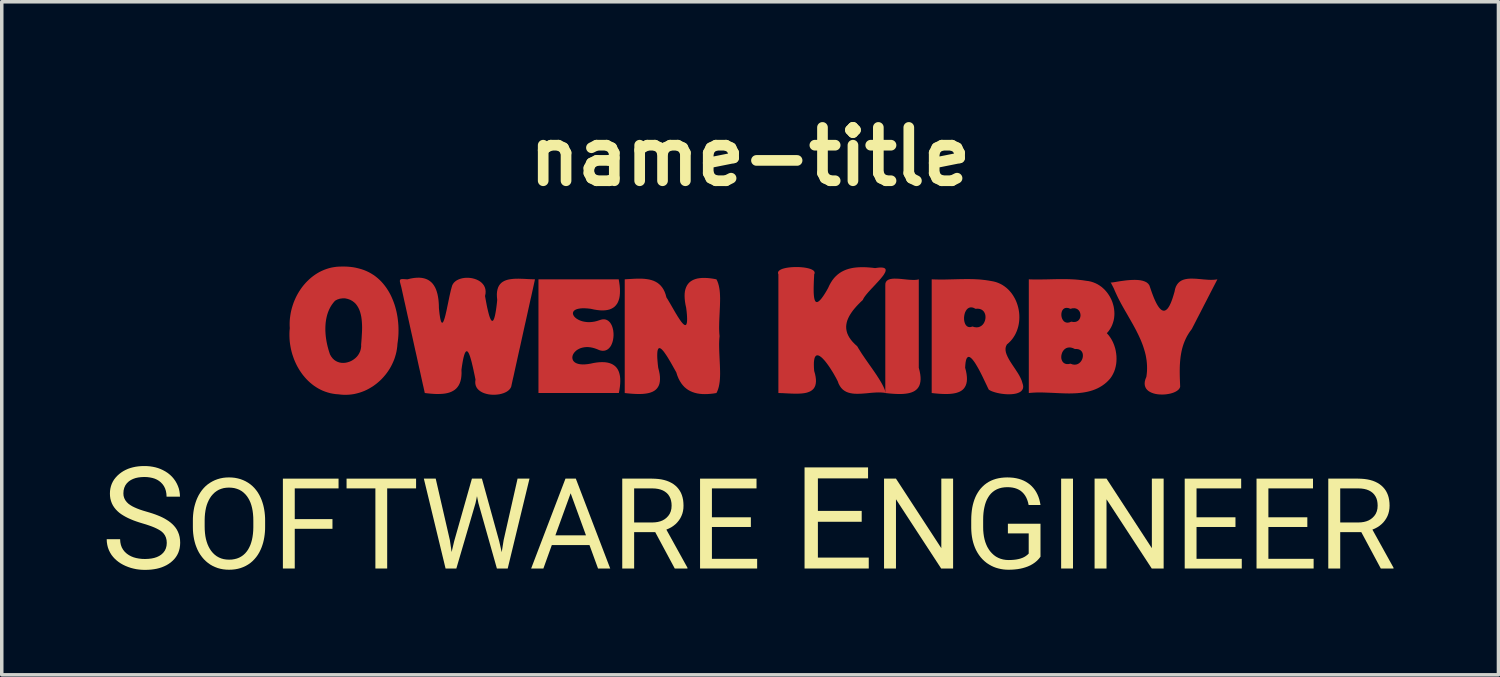
<source format=kicad_pcb>
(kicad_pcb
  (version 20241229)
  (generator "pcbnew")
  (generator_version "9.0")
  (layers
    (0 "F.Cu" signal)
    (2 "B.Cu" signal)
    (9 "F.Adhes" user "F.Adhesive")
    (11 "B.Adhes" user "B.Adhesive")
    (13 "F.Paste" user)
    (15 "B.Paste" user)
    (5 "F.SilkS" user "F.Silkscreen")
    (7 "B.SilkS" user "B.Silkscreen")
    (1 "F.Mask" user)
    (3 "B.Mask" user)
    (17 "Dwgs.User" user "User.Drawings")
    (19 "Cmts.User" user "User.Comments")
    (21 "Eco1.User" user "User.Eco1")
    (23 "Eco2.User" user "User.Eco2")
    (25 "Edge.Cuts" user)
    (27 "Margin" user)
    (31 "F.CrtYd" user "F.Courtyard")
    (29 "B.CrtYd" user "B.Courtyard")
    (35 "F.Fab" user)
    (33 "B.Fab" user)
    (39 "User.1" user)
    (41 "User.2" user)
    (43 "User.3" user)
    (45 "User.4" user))
  (footprint "name-title"
    (layer "F.Cu")
    (at 18.391 8.857)
    (property "Reference" "name-title" (at 0 -7.43 0) (layer "F.SilkS") (effects (font (size 1.524 1.524) (thickness 0.305))))
    (attr smd)
    (fp_poly (pts (xy 3.864 -3.743) (xy 3.864 -3.66) (xy 3.864 -3.577) (xy 3.864 -3.494) (xy 3.864 -3.411) (xy 3.864 -3.328) (xy 3.864 -3.245) (xy 3.864 -3.162) (xy 3.864 -3.079) (xy 3.864 -2.996) (xy 3.864 -2.913) (xy 3.864 -2.83) (xy 3.864 -2.747) (xy 3.864 -2.664) (xy 3.864 -2.581) (xy 3.864 -2.498) (xy 3.864 -2.415) (xy 3.864 -2.332) (xy 3.864 -2.249) (xy 3.864 -2.166) (xy 3.864 -2.083) (xy 3.864 -2) (xy 3.864 -1.917) (xy 3.864 -1.834) (xy 3.864 -1.751) (xy 3.864 -1.668) (xy 3.864 -1.585) (xy 3.864 -1.502) (xy 3.864 -1.419) (xy 3.864 -1.336) (xy 3.864 -1.253) (xy 3.864 -1.171) (xy 3.864 -1.088) (xy 3.864 -1.005) (xy 3.864 -0.922) (xy 3.864 -0.839) (xy 3.864 -0.756) (xy 3.864 -0.673) (xy 3.943 -0.664) (xy 4.02 -0.657) (xy 4.096 -0.651) (xy 4.17 -0.647) (xy 4.242 -0.645) (xy 4.312 -0.645) (xy 4.379 -0.648) (xy 4.443 -0.654) (xy 4.504 -0.663) (xy 4.561 -0.675) (xy 4.615 -0.692) (xy 4.664 -0.712) (xy 4.709 -0.737) (xy 4.749 -0.767) (xy 4.784 -0.802) (xy 4.814 -0.843) (xy 4.838 -0.889) (xy 4.856 -0.941) (xy 4.867 -0.999) (xy 4.873 -1.064) (xy 4.871 -1.135) (xy 4.862 -1.214) (xy 4.845 -1.301) (xy 4.821 -1.395) (xy 4.821 -1.479) (xy 4.821 -1.564) (xy 4.821 -1.648) (xy 4.821 -1.732) (xy 4.821 -1.817) (xy 4.821 -1.901) (xy 4.821 -1.985) (xy 4.821 -2.069) (xy 4.821 -2.154) (xy 4.821 -2.238) (xy 4.821 -2.322) (xy 4.821 -2.406) (xy 4.821 -2.491) (xy 4.821 -2.575) (xy 4.821 -2.659) (xy 4.821 -2.743) (xy 4.821 -2.828) (xy 4.821 -2.912) (xy 4.821 -2.996) (xy 4.821 -3.081) (xy 4.821 -3.165) (xy 4.821 -3.249) (xy 4.821 -3.333) (xy 4.821 -3.418) (xy 4.821 -3.502) (xy 4.821 -3.586) (xy 4.821 -3.67) (xy 4.821 -3.755) (xy 4.821 -3.839) (xy 4.821 -3.923) (xy 4.77 -3.911) (xy 4.71 -3.906) (xy 4.644 -3.906) (xy 4.573 -3.909) (xy 4.498 -3.915) (xy 4.422 -3.923) (xy 4.344 -3.931) (xy 4.268 -3.938) (xy 4.194 -3.942) (xy 4.123 -3.943) (xy 4.058 -3.939) (xy 4 -3.929) (xy 3.951 -3.911) (xy 3.911 -3.885) (xy 3.882 -3.849) (xy 3.866 -3.802) (xy 3.864 -3.743)) (stroke (width 0) (type solid)) (fill yes) (layer "F.Cu"))
    (fp_poly (pts (xy 10.397 -3.66) (xy 10.427 -3.588) (xy 10.459 -3.518) (xy 10.492 -3.447) (xy 10.526 -3.377) (xy 10.562 -3.307) (xy 10.599 -3.237) (xy 10.637 -3.168) (xy 10.676 -3.099) (xy 10.715 -3.03) (xy 10.755 -2.961) (xy 10.795 -2.892) (xy 10.834 -2.823) (xy 10.874 -2.754) (xy 10.913 -2.685) (xy 10.952 -2.616) (xy 10.99 -2.546) (xy 11.027 -2.477) (xy 11.062 -2.407) (xy 11.097 -2.337) (xy 11.13 -2.266) (xy 11.162 -2.195) (xy 11.191 -2.124) (xy 11.219 -2.052) (xy 11.244 -1.979) (xy 11.267 -1.906) (xy 11.288 -1.833) (xy 11.306 -1.759) (xy 11.32 -1.684) (xy 11.332 -1.608) (xy 11.34 -1.531) (xy 11.345 -1.454) (xy 11.346 -1.376) (xy 11.344 -1.296) (xy 11.337 -1.216) (xy 11.326 -1.135) (xy 11.298 -1.066) (xy 11.282 -1.002) (xy 11.277 -0.944) (xy 11.282 -0.891) (xy 11.296 -0.844) (xy 11.318 -0.802) (xy 11.348 -0.765) (xy 11.385 -0.732) (xy 11.428 -0.705) (xy 11.476 -0.682) (xy 11.528 -0.663) (xy 11.584 -0.648) (xy 11.643 -0.638) (xy 11.703 -0.632) (xy 11.765 -0.63) (xy 11.827 -0.631) (xy 11.888 -0.636) (xy 11.948 -0.645) (xy 12.006 -0.656) (xy 12.061 -0.671) (xy 12.112 -0.689) (xy 12.158 -0.71) (xy 12.199 -0.734) (xy 12.234 -0.76) (xy 12.261 -0.789) (xy 12.281 -0.82) (xy 12.292 -0.853) (xy 12.289 -0.933) (xy 12.286 -1.012) (xy 12.283 -1.091) (xy 12.281 -1.17) (xy 12.28 -1.249) (xy 12.28 -1.327) (xy 12.281 -1.405) (xy 12.284 -1.483) (xy 12.289 -1.56) (xy 12.296 -1.637) (xy 12.305 -1.714) (xy 12.317 -1.789) (xy 12.331 -1.864) (xy 12.348 -1.938) (xy 12.369 -2.012) (xy 12.393 -2.084) (xy 12.421 -2.156) (xy 12.453 -2.227) (xy 12.488 -2.297) (xy 12.529 -2.366) (xy 12.573 -2.433) (xy 12.623 -2.5) (xy 12.662 -2.575) (xy 12.7 -2.649) (xy 12.739 -2.724) (xy 12.777 -2.799) (xy 12.816 -2.874) (xy 12.855 -2.949) (xy 12.893 -3.024) (xy 12.932 -3.099) (xy 12.97 -3.174) (xy 13.009 -3.249) (xy 13.048 -3.324) (xy 13.086 -3.399) (xy 13.125 -3.474) (xy 13.163 -3.549) (xy 13.202 -3.624) (xy 13.24 -3.698) (xy 13.279 -3.773) (xy 13.318 -3.848) (xy 13.356 -3.923) (xy 13.296 -3.914) (xy 13.233 -3.909) (xy 13.168 -3.908) (xy 13.101 -3.91) (xy 13.032 -3.915) (xy 12.963 -3.92) (xy 12.893 -3.927) (xy 12.823 -3.933) (xy 12.754 -3.939) (xy 12.685 -3.942) (xy 12.619 -3.944) (xy 12.554 -3.942) (xy 12.492 -3.936) (xy 12.433 -3.925) (xy 12.377 -3.909) (xy 12.326 -3.886) (xy 12.279 -3.856) (xy 12.238 -3.818) (xy 12.202 -3.772) (xy 12.171 -3.716) (xy 12.148 -3.65) (xy 12.132 -3.572) (xy 12.103 -3.472) (xy 12.075 -3.382) (xy 12.047 -3.304) (xy 12.019 -3.235) (xy 11.991 -3.177) (xy 11.963 -3.129) (xy 11.935 -3.09) (xy 11.907 -3.061) (xy 11.879 -3.041) (xy 11.851 -3.029) (xy 11.823 -3.026) (xy 11.795 -3.031) (xy 11.767 -3.043) (xy 11.739 -3.063) (xy 11.711 -3.091) (xy 11.683 -3.125) (xy 11.655 -3.166) (xy 11.627 -3.213) (xy 11.599 -3.266) (xy 11.571 -3.325) (xy 11.543 -3.389) (xy 11.516 -3.458) (xy 11.488 -3.532) (xy 11.46 -3.611) (xy 11.432 -3.694) (xy 11.413 -3.749) (xy 11.381 -3.795) (xy 11.338 -3.832) (xy 11.285 -3.86) (xy 11.224 -3.881) (xy 11.155 -3.896) (xy 11.081 -3.904) (xy 11.003 -3.907) (xy 10.923 -3.906) (xy 10.841 -3.901) (xy 10.76 -3.894) (xy 10.681 -3.884) (xy 10.606 -3.874) (xy 10.535 -3.863) (xy 10.471 -3.852) (xy 10.414 -3.843) (xy 10.367 -3.836) (xy 10.331 -3.831) (xy 10.308 -3.831) (xy 10.298 -3.834) (xy 10.303 -3.843) (xy 10.334 -3.782) (xy 10.366 -3.721) (xy 10.397 -3.66)) (stroke (width 0) (type solid)) (fill yes) (layer "F.Cu"))
    (fp_poly (pts (xy -11.663 -4.288) (xy -11.576 -3.379) (xy -11.5 -3.362) (xy -11.432 -3.338) (xy -11.372 -3.305) (xy -11.319 -3.266) (xy -11.272 -3.221) (xy -11.233 -3.169) (xy -11.199 -3.113) (xy -11.17 -3.052) (xy -11.147 -2.988) (xy -11.129 -2.92) (xy -11.114 -2.849) (xy -11.104 -2.776) (xy -11.097 -2.702) (xy -11.093 -2.627) (xy -11.091 -2.551) (xy -11.092 -2.476) (xy -11.095 -2.402) (xy -11.099 -2.329) (xy -11.103 -2.258) (xy -11.108 -2.19) (xy -11.113 -2.125) (xy -11.118 -2.063) (xy -11.118 -1.996) (xy -11.128 -1.931) (xy -11.145 -1.87) (xy -11.171 -1.813) (xy -11.203 -1.76) (xy -11.241 -1.712) (xy -11.285 -1.669) (xy -11.333 -1.632) (xy -11.385 -1.599) (xy -11.439 -1.573) (xy -11.496 -1.554) (xy -11.555 -1.54) (xy -11.613 -1.534) (xy -11.672 -1.535) (xy -11.729 -1.544) (xy -11.785 -1.561) (xy -11.838 -1.586) (xy -11.888 -1.62) (xy -11.933 -1.663) (xy -11.974 -1.716) (xy -12.009 -1.778) (xy -12.032 -1.847) (xy -12.054 -1.919) (xy -12.074 -1.993) (xy -12.092 -2.068) (xy -12.107 -2.144) (xy -12.12 -2.222) (xy -12.13 -2.3) (xy -12.137 -2.379) (xy -12.141 -2.458) (xy -12.141 -2.537) (xy -12.138 -2.615) (xy -12.131 -2.693) (xy -12.12 -2.77) (xy -12.105 -2.845) (xy -12.086 -2.918) (xy -12.062 -2.99) (xy -12.033 -3.06) (xy -11.999 -3.127) (xy -11.96 -3.191) (xy -11.915 -3.252) (xy -11.865 -3.31) (xy -11.799 -3.346) (xy -11.727 -3.369) (xy -11.652 -3.379) (xy -11.576 -3.379) (xy -11.663 -4.288) (xy -11.741 -4.287) (xy -11.817 -4.282) (xy -11.892 -4.272) (xy -11.966 -4.259) (xy -12.038 -4.241) (xy -12.108 -4.219) (xy -12.176 -4.194) (xy -12.243 -4.165) (xy -12.308 -4.133) (xy -12.371 -4.097) (xy -12.432 -4.058) (xy -12.491 -4.016) (xy -12.548 -3.971) (xy -12.603 -3.923) (xy -12.655 -3.873) (xy -12.706 -3.82) (xy -12.754 -3.765) (xy -12.8 -3.708) (xy -12.843 -3.648) (xy -12.884 -3.587) (xy -12.922 -3.524) (xy -12.958 -3.459) (xy -12.991 -3.392) (xy -13.021 -3.324) (xy -13.049 -3.255) (xy -13.073 -3.185) (xy -13.095 -3.114) (xy -13.114 -3.042) (xy -13.13 -2.969) (xy -13.142 -2.896) (xy -13.152 -2.823) (xy -13.159 -2.749) (xy -13.162 -2.675) (xy -13.162 -2.601) (xy -13.158 -2.527) (xy -13.165 -2.453) (xy -13.168 -2.379) (xy -13.168 -2.304) (xy -13.165 -2.229) (xy -13.16 -2.154) (xy -13.151 -2.079) (xy -13.139 -2.005) (xy -13.125 -1.931) (xy -13.107 -1.857) (xy -13.087 -1.785) (xy -13.063 -1.713) (xy -13.038 -1.642) (xy -13.009 -1.572) (xy -12.978 -1.504) (xy -12.944 -1.437) (xy -12.907 -1.372) (xy -12.868 -1.308) (xy -12.826 -1.247) (xy -12.782 -1.187) (xy -12.735 -1.13) (xy -12.686 -1.075) (xy -12.635 -1.023) (xy -12.581 -0.973) (xy -12.525 -0.926) (xy -12.467 -0.882) (xy -12.406 -0.841) (xy -12.343 -0.803) (xy -12.279 -0.769) (xy -12.212 -0.738) (xy -12.142 -0.711) (xy -12.071 -0.688) (xy -11.998 -0.668) (xy -11.923 -0.653) (xy -11.846 -0.642) (xy -11.767 -0.636) (xy -11.689 -0.627) (xy -11.612 -0.622) (xy -11.535 -0.622) (xy -11.459 -0.626) (xy -11.384 -0.634) (xy -11.31 -0.646) (xy -11.237 -0.663) (xy -11.165 -0.683) (xy -11.094 -0.707) (xy -11.025 -0.734) (xy -10.957 -0.765) (xy -10.891 -0.8) (xy -10.827 -0.838) (xy -10.764 -0.878) (xy -10.704 -0.922) (xy -10.645 -0.969) (xy -10.589 -1.018) (xy -10.535 -1.07) (xy -10.484 -1.125) (xy -10.435 -1.182) (xy -10.388 -1.241) (xy -10.345 -1.302) (xy -10.304 -1.365) (xy -10.266 -1.431) (xy -10.232 -1.498) (xy -10.201 -1.566) (xy -10.172 -1.636) (xy -10.148 -1.708) (xy -10.127 -1.78) (xy -10.109 -1.854) (xy -10.096 -1.929) (xy -10.086 -2.005) (xy -10.08 -2.082) (xy -10.07 -2.155) (xy -10.061 -2.229) (xy -10.055 -2.303) (xy -10.051 -2.379) (xy -10.05 -2.455) (xy -10.051 -2.531) (xy -10.054 -2.608) (xy -10.06 -2.685) (xy -10.068 -2.761) (xy -10.078 -2.838) (xy -10.091 -2.914) (xy -10.106 -2.989) (xy -10.124 -3.064) (xy -10.144 -3.138) (xy -10.167 -3.211) (xy -10.193 -3.283) (xy -10.221 -3.354) (xy -10.251 -3.423) (xy -10.284 -3.491) (xy -10.32 -3.557) (xy -10.359 -3.621) (xy -10.4 -3.683) (xy -10.444 -3.743) (xy -10.49 -3.8) (xy -10.539 -3.855) (xy -10.591 -3.907) (xy -10.646 -3.957) (xy -10.704 -4.004) (xy -10.764 -4.047) (xy -10.828 -4.087) (xy -10.894 -4.124) (xy -10.963 -4.157) (xy -11.035 -4.187) (xy -11.109 -4.212) (xy -11.187 -4.234) (xy -11.265 -4.253) (xy -11.344 -4.268) (xy -11.423 -4.278) (xy -11.503 -4.285) (xy -11.583 -4.288) (xy -11.663 -4.288)) (stroke (width 0) (type solid)) (fill yes) (layer "F.Cu"))
    (fp_poly (pts (xy 7.966 -3.743) (xy 9.155 -3.08) (xy 9.216 -3.095) (xy 9.27 -3.097) (xy 9.316 -3.088) (xy 9.356 -3.069) (xy 9.389 -3.041) (xy 9.414 -3.008) (xy 9.431 -2.97) (xy 9.441 -2.929) (xy 9.444 -2.887) (xy 9.438 -2.845) (xy 9.425 -2.806) (xy 9.404 -2.771) (xy 9.376 -2.741) (xy 9.339 -2.719) (xy 9.294 -2.705) (xy 9.241 -2.703) (xy 9.179 -2.713) (xy 9.126 -2.692) (xy 9.079 -2.684) (xy 9.036 -2.688) (xy 8.999 -2.702) (xy 8.967 -2.725) (xy 8.942 -2.756) (xy 8.921 -2.792) (xy 8.907 -2.831) (xy 8.898 -2.874) (xy 8.896 -2.917) (xy 8.899 -2.959) (xy 8.909 -2.999) (xy 8.924 -3.035) (xy 8.946 -3.065) (xy 8.975 -3.089) (xy 9.01 -3.103) (xy 9.051 -3.108) (xy 9.1 -3.101) (xy 9.155 -3.08) (xy 7.966 -3.743) (xy 9.283 -1.931) (xy 9.344 -1.931) (xy 9.395 -1.921) (xy 9.436 -1.901) (xy 9.468 -1.874) (xy 9.491 -1.84) (xy 9.506 -1.801) (xy 9.512 -1.759) (xy 9.511 -1.716) (xy 9.503 -1.672) (xy 9.487 -1.629) (xy 9.465 -1.589) (xy 9.437 -1.554) (xy 9.403 -1.524) (xy 9.363 -1.501) (xy 9.318 -1.487) (xy 9.269 -1.483) (xy 9.215 -1.491) (xy 9.157 -1.512) (xy 9.1 -1.501) (xy 9.051 -1.5) (xy 9.008 -1.51) (xy 8.973 -1.528) (xy 8.944 -1.553) (xy 8.922 -1.584) (xy 8.906 -1.62) (xy 8.896 -1.659) (xy 8.893 -1.701) (xy 8.896 -1.744) (xy 8.905 -1.786) (xy 8.919 -1.828) (xy 8.939 -1.866) (xy 8.965 -1.901) (xy 8.995 -1.93) (xy 9.031 -1.954) (xy 9.072 -1.969) (xy 9.118 -1.976) (xy 9.169 -1.973) (xy 9.224 -1.958) (xy 9.283 -1.931) (xy 7.966 -3.743) (xy 7.966 -3.66) (xy 7.966 -3.577) (xy 7.966 -3.494) (xy 7.966 -3.411) (xy 7.966 -3.328) (xy 7.966 -3.245) (xy 7.966 -3.162) (xy 7.966 -3.079) (xy 7.966 -2.996) (xy 7.966 -2.913) (xy 7.966 -2.83) (xy 7.966 -2.747) (xy 7.966 -2.664) (xy 7.966 -2.581) (xy 7.966 -2.498) (xy 7.966 -2.415) (xy 7.966 -2.332) (xy 7.966 -2.249) (xy 7.966 -2.166) (xy 7.966 -2.083) (xy 7.966 -2) (xy 7.966 -1.917) (xy 7.966 -1.834) (xy 7.966 -1.751) (xy 7.966 -1.668) (xy 7.966 -1.585) (xy 7.966 -1.502) (xy 7.966 -1.419) (xy 7.966 -1.336) (xy 7.966 -1.253) (xy 7.966 -1.171) (xy 7.966 -1.088) (xy 7.966 -1.005) (xy 7.966 -0.922) (xy 7.966 -0.839) (xy 7.966 -0.756) (xy 7.966 -0.673) (xy 8.037 -0.68) (xy 8.109 -0.685) (xy 8.182 -0.688) (xy 8.257 -0.689) (xy 8.333 -0.689) (xy 8.409 -0.687) (xy 8.487 -0.684) (xy 8.565 -0.681) (xy 8.643 -0.678) (xy 8.722 -0.674) (xy 8.801 -0.67) (xy 8.88 -0.667) (xy 8.96 -0.664) (xy 9.039 -0.662) (xy 9.118 -0.661) (xy 9.196 -0.662) (xy 9.274 -0.665) (xy 9.351 -0.669) (xy 9.428 -0.676) (xy 9.503 -0.685) (xy 9.578 -0.697) (xy 9.651 -0.712) (xy 9.723 -0.73) (xy 9.794 -0.752) (xy 9.863 -0.778) (xy 9.931 -0.808) (xy 9.996 -0.842) (xy 10.06 -0.881) (xy 10.121 -0.924) (xy 10.181 -0.973) (xy 10.238 -1.028) (xy 10.292 -1.088) (xy 10.336 -1.15) (xy 10.373 -1.216) (xy 10.405 -1.284) (xy 10.43 -1.355) (xy 10.449 -1.428) (xy 10.463 -1.502) (xy 10.471 -1.578) (xy 10.473 -1.653) (xy 10.471 -1.729) (xy 10.463 -1.804) (xy 10.451 -1.879) (xy 10.434 -1.952) (xy 10.412 -2.023) (xy 10.386 -2.091) (xy 10.356 -2.157) (xy 10.321 -2.22) (xy 10.283 -2.278) (xy 10.241 -2.333) (xy 10.196 -2.383) (xy 10.243 -2.437) (xy 10.284 -2.495) (xy 10.319 -2.554) (xy 10.348 -2.616) (xy 10.371 -2.679) (xy 10.39 -2.744) (xy 10.403 -2.809) (xy 10.41 -2.876) (xy 10.413 -2.942) (xy 10.41 -3.009) (xy 10.403 -3.076) (xy 10.392 -3.142) (xy 10.375 -3.207) (xy 10.355 -3.271) (xy 10.33 -3.334) (xy 10.3 -3.394) (xy 10.267 -3.453) (xy 10.23 -3.509) (xy 10.189 -3.563) (xy 10.145 -3.614) (xy 10.097 -3.661) (xy 10.046 -3.705) (xy 9.992 -3.744) (xy 9.934 -3.78) (xy 9.874 -3.81) (xy 9.81 -3.836) (xy 9.744 -3.857) (xy 9.676 -3.872) (xy 9.605 -3.881) (xy 9.523 -3.894) (xy 9.442 -3.904) (xy 9.361 -3.912) (xy 9.279 -3.919) (xy 9.197 -3.923) (xy 9.115 -3.927) (xy 9.033 -3.928) (xy 8.951 -3.929) (xy 8.869 -3.929) (xy 8.787 -3.928) (xy 8.705 -3.927) (xy 8.623 -3.925) (xy 8.54 -3.923) (xy 8.458 -3.921) (xy 8.376 -3.92) (xy 8.294 -3.919) (xy 8.212 -3.918) (xy 8.13 -3.919) (xy 8.048 -3.92) (xy 7.966 -3.923) (xy 7.966 -3.833) (xy 7.966 -3.743)) (stroke (width 0) (type solid)) (fill yes) (layer "F.Cu"))
    (fp_poly (pts (xy -3.584 -3.743) (xy -3.584 -3.66) (xy -3.584 -3.577) (xy -3.584 -3.494) (xy -3.584 -3.411) (xy -3.584 -3.328) (xy -3.584 -3.245) (xy -3.584 -3.162) (xy -3.584 -3.079) (xy -3.584 -2.996) (xy -3.584 -2.913) (xy -3.584 -2.83) (xy -3.584 -2.747) (xy -3.584 -2.664) (xy -3.584 -2.581) (xy -3.584 -2.498) (xy -3.584 -2.415) (xy -3.584 -2.332) (xy -3.584 -2.249) (xy -3.584 -2.166) (xy -3.584 -2.083) (xy -3.584 -2) (xy -3.584 -1.917) (xy -3.584 -1.834) (xy -3.584 -1.751) (xy -3.584 -1.668) (xy -3.584 -1.585) (xy -3.584 -1.502) (xy -3.584 -1.419) (xy -3.584 -1.336) (xy -3.584 -1.253) (xy -3.584 -1.171) (xy -3.584 -1.088) (xy -3.584 -1.005) (xy -3.584 -0.922) (xy -3.584 -0.839) (xy -3.584 -0.756) (xy -3.584 -0.673) (xy -3.505 -0.664) (xy -3.428 -0.657) (xy -3.352 -0.651) (xy -3.278 -0.647) (xy -3.206 -0.645) (xy -3.136 -0.645) (xy -3.069 -0.648) (xy -3.005 -0.654) (xy -2.944 -0.663) (xy -2.887 -0.675) (xy -2.833 -0.692) (xy -2.784 -0.712) (xy -2.739 -0.737) (xy -2.699 -0.767) (xy -2.664 -0.802) (xy -2.634 -0.843) (xy -2.61 -0.889) (xy -2.592 -0.941) (xy -2.581 -0.999) (xy -2.576 -1.064) (xy -2.577 -1.135) (xy -2.586 -1.214) (xy -2.603 -1.301) (xy -2.627 -1.395) (xy -2.639 -1.498) (xy -2.647 -1.589) (xy -2.653 -1.669) (xy -2.655 -1.738) (xy -2.654 -1.797) (xy -2.651 -1.846) (xy -2.645 -1.885) (xy -2.636 -1.916) (xy -2.625 -1.937) (xy -2.612 -1.951) (xy -2.596 -1.956) (xy -2.579 -1.955) (xy -2.559 -1.946) (xy -2.538 -1.931) (xy -2.514 -1.909) (xy -2.49 -1.882) (xy -2.463 -1.85) (xy -2.436 -1.812) (xy -2.407 -1.77) (xy -2.377 -1.725) (xy -2.346 -1.675) (xy -2.314 -1.622) (xy -2.281 -1.567) (xy -2.248 -1.509) (xy -2.214 -1.449) (xy -2.18 -1.388) (xy -2.145 -1.326) (xy -2.11 -1.263) (xy -2.082 -1.175) (xy -2.049 -1.094) (xy -2.012 -1.022) (xy -1.971 -0.956) (xy -1.926 -0.897) (xy -1.878 -0.845) (xy -1.825 -0.8) (xy -1.77 -0.761) (xy -1.71 -0.728) (xy -1.648 -0.701) (xy -1.582 -0.679) (xy -1.514 -0.662) (xy -1.443 -0.651) (xy -1.369 -0.644) (xy -1.292 -0.642) (xy -1.213 -0.644) (xy -1.132 -0.65) (xy -1.049 -0.659) (xy -0.963 -0.673) (xy -0.936 -0.727) (xy -0.914 -0.786) (xy -0.896 -0.85) (xy -0.882 -0.918) (xy -0.871 -0.989) (xy -0.864 -1.064) (xy -0.86 -1.141) (xy -0.858 -1.221) (xy -0.859 -1.303) (xy -0.861 -1.387) (xy -0.864 -1.472) (xy -0.868 -1.557) (xy -0.872 -1.643) (xy -0.876 -1.729) (xy -0.88 -1.815) (xy -0.883 -1.9) (xy -0.885 -1.984) (xy -0.886 -2.066) (xy -0.884 -2.146) (xy -0.88 -2.223) (xy -0.873 -2.298) (xy -0.88 -2.373) (xy -0.884 -2.451) (xy -0.886 -2.531) (xy -0.885 -2.613) (xy -0.883 -2.696) (xy -0.88 -2.781) (xy -0.876 -2.867) (xy -0.872 -2.953) (xy -0.868 -3.039) (xy -0.864 -3.125) (xy -0.861 -3.209) (xy -0.859 -3.293) (xy -0.858 -3.375) (xy -0.86 -3.455) (xy -0.864 -3.532) (xy -0.871 -3.607) (xy -0.882 -3.678) (xy -0.896 -3.746) (xy -0.914 -3.81) (xy -0.936 -3.869) (xy -0.963 -3.923) (xy -1.053 -3.94) (xy -1.138 -3.952) (xy -1.219 -3.96) (xy -1.295 -3.963) (xy -1.367 -3.963) (xy -1.435 -3.957) (xy -1.498 -3.948) (xy -1.557 -3.933) (xy -1.61 -3.914) (xy -1.659 -3.89) (xy -1.704 -3.861) (xy -1.743 -3.828) (xy -1.777 -3.789) (xy -1.806 -3.745) (xy -1.83 -3.696) (xy -1.849 -3.642) (xy -1.863 -3.583) (xy -1.871 -3.518) (xy -1.873 -3.448) (xy -1.87 -3.372) (xy -1.862 -3.29) (xy -1.848 -3.203) (xy -1.828 -3.11) (xy -1.816 -3.014) (xy -1.808 -2.93) (xy -1.803 -2.857) (xy -1.801 -2.794) (xy -1.802 -2.742) (xy -1.805 -2.699) (xy -1.812 -2.666) (xy -1.82 -2.641) (xy -1.831 -2.625) (xy -1.844 -2.616) (xy -1.859 -2.615) (xy -1.876 -2.621) (xy -1.895 -2.633) (xy -1.916 -2.651) (xy -1.938 -2.675) (xy -1.962 -2.703) (xy -1.986 -2.736) (xy -2.012 -2.773) (xy -2.039 -2.814) (xy -2.067 -2.857) (xy -2.095 -2.904) (xy -2.125 -2.952) (xy -2.154 -3.002) (xy -2.184 -3.054) (xy -2.214 -3.106) (xy -2.244 -3.158) (xy -2.274 -3.21) (xy -2.304 -3.261) (xy -2.334 -3.312) (xy -2.363 -3.36) (xy -2.392 -3.406) (xy -2.415 -3.491) (xy -2.443 -3.566) (xy -2.476 -3.633) (xy -2.514 -3.692) (xy -2.556 -3.743) (xy -2.602 -3.787) (xy -2.651 -3.824) (xy -2.704 -3.855) (xy -2.76 -3.881) (xy -2.82 -3.901) (xy -2.881 -3.917) (xy -2.946 -3.928) (xy -3.012 -3.936) (xy -3.08 -3.941) (xy -3.15 -3.942) (xy -3.22 -3.942) (xy -3.292 -3.94) (xy -3.365 -3.936) (xy -3.438 -3.932) (xy -3.511 -3.928) (xy -3.584 -3.923) (xy -3.584 -3.833) (xy -3.584 -3.743)) (stroke (width 0) (type solid)) (fill yes) (layer "F.Cu"))
    (fp_poly (pts (xy 5.19 -3.743) (xy 6.443 -3.08) (xy 6.506 -3.084) (xy 6.561 -3.077) (xy 6.607 -3.061) (xy 6.646 -3.036) (xy 6.677 -3.005) (xy 6.7 -2.968) (xy 6.717 -2.927) (xy 6.726 -2.882) (xy 6.728 -2.836) (xy 6.724 -2.79) (xy 6.713 -2.744) (xy 6.696 -2.7) (xy 6.673 -2.659) (xy 6.644 -2.623) (xy 6.609 -2.593) (xy 6.569 -2.57) (xy 6.523 -2.555) (xy 6.472 -2.55) (xy 6.416 -2.556) (xy 6.356 -2.574) (xy 6.307 -2.559) (xy 6.263 -2.557) (xy 6.226 -2.566) (xy 6.194 -2.586) (xy 6.167 -2.614) (xy 6.146 -2.65) (xy 6.131 -2.691) (xy 6.12 -2.737) (xy 6.115 -2.785) (xy 6.115 -2.836) (xy 6.121 -2.886) (xy 6.131 -2.935) (xy 6.146 -2.981) (xy 6.167 -3.023) (xy 6.192 -3.06) (xy 6.222 -3.089) (xy 6.257 -3.11) (xy 6.297 -3.121) (xy 6.341 -3.121) (xy 6.39 -3.107) (xy 6.443 -3.08) (xy 5.19 -3.743) (xy 5.19 -3.66) (xy 5.19 -3.577) (xy 5.19 -3.494) (xy 5.19 -3.411) (xy 5.19 -3.328) (xy 5.19 -3.245) (xy 5.19 -3.162) (xy 5.19 -3.079) (xy 5.19 -2.996) (xy 5.19 -2.913) (xy 5.19 -2.83) (xy 5.19 -2.747) (xy 5.19 -2.664) (xy 5.19 -2.581) (xy 5.19 -2.498) (xy 5.19 -2.415) (xy 5.19 -2.332) (xy 5.19 -2.249) (xy 5.19 -2.166) (xy 5.19 -2.083) (xy 5.19 -2) (xy 5.19 -1.917) (xy 5.19 -1.834) (xy 5.19 -1.751) (xy 5.19 -1.668) (xy 5.19 -1.585) (xy 5.19 -1.502) (xy 5.19 -1.419) (xy 5.19 -1.336) (xy 5.19 -1.253) (xy 5.19 -1.171) (xy 5.19 -1.088) (xy 5.19 -1.005) (xy 5.19 -0.922) (xy 5.19 -0.839) (xy 5.19 -0.756) (xy 5.19 -0.673) (xy 5.268 -0.664) (xy 5.346 -0.657) (xy 5.422 -0.651) (xy 5.496 -0.647) (xy 5.568 -0.645) (xy 5.638 -0.645) (xy 5.705 -0.648) (xy 5.769 -0.654) (xy 5.83 -0.663) (xy 5.887 -0.675) (xy 5.941 -0.692) (xy 5.99 -0.712) (xy 6.035 -0.737) (xy 6.075 -0.767) (xy 6.11 -0.802) (xy 6.139 -0.843) (xy 6.163 -0.889) (xy 6.181 -0.941) (xy 6.193 -0.999) (xy 6.198 -1.064) (xy 6.196 -1.135) (xy 6.187 -1.214) (xy 6.171 -1.301) (xy 6.146 -1.395) (xy 6.151 -1.475) (xy 6.158 -1.543) (xy 6.168 -1.597) (xy 6.18 -1.64) (xy 6.195 -1.671) (xy 6.213 -1.692) (xy 6.232 -1.704) (xy 6.253 -1.706) (xy 6.276 -1.699) (xy 6.3 -1.685) (xy 6.326 -1.663) (xy 6.353 -1.635) (xy 6.38 -1.601) (xy 6.409 -1.562) (xy 6.438 -1.519) (xy 6.467 -1.471) (xy 6.497 -1.42) (xy 6.527 -1.367) (xy 6.557 -1.312) (xy 6.586 -1.256) (xy 6.615 -1.199) (xy 6.643 -1.142) (xy 6.67 -1.086) (xy 6.696 -1.031) (xy 6.721 -0.979) (xy 6.745 -0.929) (xy 6.767 -0.883) (xy 6.787 -0.84) (xy 6.805 -0.803) (xy 6.821 -0.771) (xy 6.854 -0.75) (xy 6.896 -0.729) (xy 6.946 -0.71) (xy 7.003 -0.692) (xy 7.064 -0.676) (xy 7.131 -0.662) (xy 7.199 -0.651) (xy 7.27 -0.643) (xy 7.341 -0.638) (xy 7.412 -0.637) (xy 7.48 -0.64) (xy 7.545 -0.647) (xy 7.606 -0.659) (xy 7.66 -0.676) (xy 7.708 -0.698) (xy 7.748 -0.726) (xy 7.778 -0.761) (xy 7.798 -0.801) (xy 7.806 -0.849) (xy 7.8 -0.903) (xy 7.781 -0.966) (xy 7.762 -1.029) (xy 7.735 -1.093) (xy 7.701 -1.16) (xy 7.662 -1.228) (xy 7.618 -1.296) (xy 7.573 -1.365) (xy 7.526 -1.435) (xy 7.48 -1.504) (xy 7.436 -1.572) (xy 7.396 -1.64) (xy 7.361 -1.707) (xy 7.332 -1.772) (xy 7.311 -1.835) (xy 7.301 -1.896) (xy 7.301 -1.955) (xy 7.314 -2.01) (xy 7.341 -2.063) (xy 7.395 -2.109) (xy 7.444 -2.158) (xy 7.489 -2.211) (xy 7.529 -2.266) (xy 7.565 -2.324) (xy 7.596 -2.384) (xy 7.623 -2.446) (xy 7.645 -2.509) (xy 7.664 -2.574) (xy 7.678 -2.64) (xy 7.688 -2.707) (xy 7.694 -2.775) (xy 7.696 -2.843) (xy 7.694 -2.911) (xy 7.688 -2.979) (xy 7.678 -3.047) (xy 7.664 -3.113) (xy 7.646 -3.179) (xy 7.625 -3.243) (xy 7.6 -3.306) (xy 7.571 -3.367) (xy 7.538 -3.426) (xy 7.502 -3.483) (xy 7.463 -3.537) (xy 7.42 -3.588) (xy 7.374 -3.636) (xy 7.324 -3.681) (xy 7.271 -3.722) (xy 7.215 -3.759) (xy 7.155 -3.792) (xy 7.093 -3.82) (xy 7.027 -3.844) (xy 6.958 -3.862) (xy 6.886 -3.875) (xy 6.806 -3.889) (xy 6.726 -3.901) (xy 6.646 -3.91) (xy 6.566 -3.918) (xy 6.485 -3.923) (xy 6.405 -3.927) (xy 6.324 -3.929) (xy 6.243 -3.93) (xy 6.162 -3.93) (xy 6.081 -3.929) (xy 6 -3.928) (xy 5.919 -3.926) (xy 5.837 -3.924) (xy 5.756 -3.922) (xy 5.675 -3.92) (xy 5.594 -3.918) (xy 5.513 -3.917) (xy 5.432 -3.917) (xy 5.351 -3.918) (xy 5.271 -3.92) (xy 5.19 -3.923) (xy 5.19 -3.833) (xy 5.19 -3.743)) (stroke (width 0) (type solid)) (fill yes) (layer "F.Cu"))
    (fp_poly (pts (xy -6.05 -3.743) (xy -6.05 -3.66) (xy -6.05 -3.577) (xy -6.05 -3.494) (xy -6.05 -3.411) (xy -6.05 -3.328) (xy -6.05 -3.245) (xy -6.05 -3.162) (xy -6.05 -3.079) (xy -6.05 -2.996) (xy -6.05 -2.913) (xy -6.05 -2.83) (xy -6.05 -2.747) (xy -6.05 -2.664) (xy -6.05 -2.581) (xy -6.05 -2.498) (xy -6.05 -2.415) (xy -6.05 -2.332) (xy -6.05 -2.249) (xy -6.05 -2.166) (xy -6.05 -2.083) (xy -6.05 -2) (xy -6.05 -1.917) (xy -6.05 -1.834) (xy -6.05 -1.751) (xy -6.05 -1.668) (xy -6.05 -1.585) (xy -6.05 -1.502) (xy -6.05 -1.419) (xy -6.05 -1.336) (xy -6.05 -1.253) (xy -6.05 -1.171) (xy -6.05 -1.088) (xy -6.05 -1.005) (xy -6.05 -0.922) (xy -6.05 -0.839) (xy -6.05 -0.756) (xy -6.05 -0.673) (xy -5.968 -0.673) (xy -5.886 -0.673) (xy -5.804 -0.673) (xy -5.722 -0.673) (xy -5.64 -0.673) (xy -5.558 -0.673) (xy -5.476 -0.673) (xy -5.394 -0.673) (xy -5.312 -0.673) (xy -5.23 -0.673) (xy -5.148 -0.673) (xy -5.066 -0.673) (xy -4.984 -0.673) (xy -4.901 -0.673) (xy -4.819 -0.673) (xy -4.737 -0.673) (xy -4.655 -0.673) (xy -4.573 -0.673) (xy -4.491 -0.673) (xy -4.409 -0.673) (xy -4.327 -0.673) (xy -4.245 -0.673) (xy -4.163 -0.673) (xy -4.081 -0.673) (xy -3.999 -0.673) (xy -3.917 -0.673) (xy -3.835 -0.673) (xy -3.752 -0.673) (xy -3.735 -0.766) (xy -3.722 -0.854) (xy -3.714 -0.937) (xy -3.711 -1.015) (xy -3.713 -1.088) (xy -3.72 -1.156) (xy -3.733 -1.218) (xy -3.75 -1.276) (xy -3.773 -1.328) (xy -3.801 -1.375) (xy -3.835 -1.417) (xy -3.874 -1.453) (xy -3.918 -1.484) (xy -3.967 -1.509) (xy -4.022 -1.529) (xy -4.083 -1.544) (xy -4.149 -1.553) (xy -4.221 -1.556) (xy -4.299 -1.554) (xy -4.382 -1.546) (xy -4.471 -1.532) (xy -4.565 -1.512) (xy -4.646 -1.499) (xy -4.719 -1.492) (xy -4.786 -1.49) (xy -4.844 -1.494) (xy -4.896 -1.502) (xy -4.942 -1.515) (xy -4.98 -1.531) (xy -5.012 -1.551) (xy -5.038 -1.574) (xy -5.058 -1.6) (xy -5.071 -1.628) (xy -5.079 -1.657) (xy -5.082 -1.687) (xy -5.079 -1.718) (xy -5.071 -1.75) (xy -5.058 -1.781) (xy -5.039 -1.812) (xy -5.017 -1.841) (xy -4.989 -1.869) (xy -4.958 -1.896) (xy -4.922 -1.919) (xy -4.882 -1.94) (xy -4.838 -1.958) (xy -4.791 -1.971) (xy -4.74 -1.981) (xy -4.686 -1.986) (xy -4.629 -1.986) (xy -4.568 -1.98) (xy -4.505 -1.968) (xy -4.44 -1.95) (xy -4.371 -1.925) (xy -4.316 -1.901) (xy -4.265 -1.886) (xy -4.217 -1.88) (xy -4.172 -1.882) (xy -4.131 -1.892) (xy -4.093 -1.908) (xy -4.059 -1.93) (xy -4.028 -1.959) (xy -4 -1.992) (xy -3.976 -2.029) (xy -3.956 -2.071) (xy -3.939 -2.115) (xy -3.925 -2.162) (xy -3.915 -2.211) (xy -3.908 -2.262) (xy -3.904 -2.313) (xy -3.904 -2.365) (xy -3.908 -2.416) (xy -3.914 -2.466) (xy -3.925 -2.515) (xy -3.938 -2.561) (xy -3.955 -2.605) (xy -3.976 -2.645) (xy -3.999 -2.681) (xy -4.027 -2.712) (xy -4.057 -2.738) (xy -4.091 -2.759) (xy -4.129 -2.773) (xy -4.169 -2.78) (xy -4.214 -2.779) (xy -4.261 -2.77) (xy -4.312 -2.753) (xy -4.38 -2.731) (xy -4.446 -2.715) (xy -4.51 -2.705) (xy -4.572 -2.7) (xy -4.632 -2.699) (xy -4.688 -2.704) (xy -4.742 -2.712) (xy -4.793 -2.723) (xy -4.84 -2.738) (xy -4.884 -2.756) (xy -4.923 -2.776) (xy -4.959 -2.798) (xy -4.989 -2.821) (xy -5.015 -2.846) (xy -5.036 -2.872) (xy -5.051 -2.898) (xy -5.061 -2.924) (xy -5.065 -2.949) (xy -5.062 -2.974) (xy -5.054 -2.997) (xy -5.038 -3.019) (xy -5.016 -3.039) (xy -4.986 -3.057) (xy -4.948 -3.072) (xy -4.903 -3.083) (xy -4.85 -3.091) (xy -4.789 -3.096) (xy -4.719 -3.095) (xy -4.64 -3.09) (xy -4.552 -3.08) (xy -4.457 -3.059) (xy -4.368 -3.045) (xy -4.285 -3.036) (xy -4.208 -3.034) (xy -4.138 -3.038) (xy -4.073 -3.048) (xy -4.014 -3.063) (xy -3.961 -3.085) (xy -3.913 -3.112) (xy -3.871 -3.144) (xy -3.835 -3.182) (xy -3.803 -3.225) (xy -3.777 -3.273) (xy -3.756 -3.327) (xy -3.739 -3.385) (xy -3.728 -3.448) (xy -3.722 -3.516) (xy -3.72 -3.588) (xy -3.722 -3.666) (xy -3.729 -3.747) (xy -3.741 -3.833) (xy -3.756 -3.923) (xy -3.838 -3.923) (xy -3.92 -3.923) (xy -4.002 -3.923) (xy -4.084 -3.923) (xy -4.166 -3.923) (xy -4.248 -3.923) (xy -4.33 -3.923) (xy -4.412 -3.923) (xy -4.494 -3.923) (xy -4.576 -3.923) (xy -4.658 -3.923) (xy -4.74 -3.923) (xy -4.821 -3.923) (xy -4.903 -3.923) (xy -4.985 -3.923) (xy -5.067 -3.923) (xy -5.149 -3.923) (xy -5.231 -3.923) (xy -5.313 -3.923) (xy -5.395 -3.923) (xy -5.477 -3.923) (xy -5.559 -3.923) (xy -5.641 -3.923) (xy -5.723 -3.923) (xy -5.805 -3.923) (xy -5.887 -3.923) (xy -5.969 -3.923) (xy -6.05 -3.923) (xy -6.05 -3.833) (xy -6.05 -3.743)) (stroke (width 0) (type solid)) (fill yes) (layer "F.Cu"))
    (fp_poly (pts (xy 0.808 -4.064) (xy 0.808 -3.981) (xy 0.808 -3.898) (xy 0.808 -3.815) (xy 0.808 -3.733) (xy 0.808 -3.65) (xy 0.808 -3.567) (xy 0.808 -3.485) (xy 0.808 -3.402) (xy 0.808 -3.319) (xy 0.808 -3.237) (xy 0.808 -3.154) (xy 0.808 -3.071) (xy 0.808 -2.988) (xy 0.808 -2.906) (xy 0.808 -2.823) (xy 0.808 -2.74) (xy 0.808 -2.658) (xy 0.808 -2.575) (xy 0.808 -2.492) (xy 0.808 -2.41) (xy 0.808 -2.327) (xy 0.808 -2.244) (xy 0.808 -2.161) (xy 0.808 -2.079) (xy 0.808 -1.996) (xy 0.808 -1.913) (xy 0.808 -1.831) (xy 0.808 -1.748) (xy 0.808 -1.665) (xy 0.808 -1.582) (xy 0.808 -1.5) (xy 0.808 -1.417) (xy 0.808 -1.334) (xy 0.808 -1.252) (xy 0.808 -1.169) (xy 0.808 -1.086) (xy 0.808 -1.004) (xy 0.808 -0.921) (xy 0.808 -0.838) (xy 0.808 -0.755) (xy 0.808 -0.673) (xy 0.874 -0.671) (xy 0.94 -0.669) (xy 1.007 -0.665) (xy 1.074 -0.662) (xy 1.14 -0.659) (xy 1.207 -0.656) (xy 1.272 -0.655) (xy 1.336 -0.654) (xy 1.398 -0.656) (xy 1.459 -0.659) (xy 1.516 -0.665) (xy 1.571 -0.673) (xy 1.623 -0.685) (xy 1.671 -0.701) (xy 1.716 -0.72) (xy 1.755 -0.744) (xy 1.791 -0.773) (xy 1.821 -0.806) (xy 1.845 -0.845) (xy 1.864 -0.89) (xy 1.876 -0.942) (xy 1.882 -1) (xy 1.881 -1.064) (xy 1.872 -1.137) (xy 1.856 -1.217) (xy 1.831 -1.305) (xy 1.824 -1.399) (xy 1.822 -1.48) (xy 1.823 -1.55) (xy 1.829 -1.608) (xy 1.838 -1.655) (xy 1.85 -1.693) (xy 1.866 -1.72) (xy 1.884 -1.739) (xy 1.905 -1.749) (xy 1.929 -1.751) (xy 1.955 -1.745) (xy 1.982 -1.733) (xy 2.011 -1.714) (xy 2.042 -1.69) (xy 2.074 -1.66) (xy 2.106 -1.626) (xy 2.14 -1.588) (xy 2.173 -1.546) (xy 2.207 -1.501) (xy 2.241 -1.454) (xy 2.275 -1.405) (xy 2.308 -1.354) (xy 2.34 -1.303) (xy 2.372 -1.252) (xy 2.402 -1.2) (xy 2.43 -1.15) (xy 2.457 -1.102) (xy 2.481 -1.055) (xy 2.504 -1.011) (xy 2.531 -0.937) (xy 2.565 -0.874) (xy 2.603 -0.82) (xy 2.646 -0.775) (xy 2.694 -0.739) (xy 2.746 -0.709) (xy 2.801 -0.687) (xy 2.86 -0.671) (xy 2.921 -0.66) (xy 2.986 -0.653) (xy 3.052 -0.651) (xy 3.12 -0.652) (xy 3.19 -0.655) (xy 3.26 -0.66) (xy 3.332 -0.666) (xy 3.403 -0.673) (xy 3.474 -0.68) (xy 3.545 -0.685) (xy 3.615 -0.689) (xy 3.683 -0.69) (xy 3.75 -0.688) (xy 3.815 -0.683) (xy 3.877 -0.673) (xy 3.862 -0.728) (xy 3.841 -0.787) (xy 3.813 -0.849) (xy 3.78 -0.914) (xy 3.743 -0.981) (xy 3.701 -1.051) (xy 3.656 -1.122) (xy 3.608 -1.196) (xy 3.558 -1.27) (xy 3.506 -1.345) (xy 3.453 -1.421) (xy 3.399 -1.497) (xy 3.346 -1.573) (xy 3.293 -1.649) (xy 3.242 -1.724) (xy 3.192 -1.797) (xy 3.146 -1.87) (xy 3.102 -1.94) (xy 3.062 -2.009) (xy 2.991 -2.073) (xy 2.93 -2.136) (xy 2.878 -2.199) (xy 2.835 -2.262) (xy 2.801 -2.324) (xy 2.775 -2.385) (xy 2.758 -2.447) (xy 2.748 -2.507) (xy 2.745 -2.568) (xy 2.75 -2.628) (xy 2.761 -2.688) (xy 2.778 -2.748) (xy 2.802 -2.807) (xy 2.831 -2.867) (xy 2.865 -2.925) (xy 2.904 -2.984) (xy 2.947 -3.043) (xy 2.995 -3.101) (xy 3.046 -3.159) (xy 3.101 -3.217) (xy 3.159 -3.275) (xy 3.22 -3.332) (xy 3.236 -3.366) (xy 3.257 -3.402) (xy 3.284 -3.44) (xy 3.315 -3.481) (xy 3.35 -3.523) (xy 3.388 -3.567) (xy 3.429 -3.612) (xy 3.471 -3.658) (xy 3.515 -3.704) (xy 3.559 -3.751) (xy 3.602 -3.798) (xy 3.645 -3.844) (xy 3.686 -3.889) (xy 3.725 -3.933) (xy 3.76 -3.976) (xy 3.793 -4.017) (xy 3.821 -4.056) (xy 3.843 -4.093) (xy 3.861 -4.127) (xy 3.871 -4.157) (xy 3.875 -4.185) (xy 3.872 -4.209) (xy 3.859 -4.228) (xy 3.838 -4.244) (xy 3.807 -4.254) (xy 3.766 -4.26) (xy 3.714 -4.261) (xy 3.65 -4.255) (xy 3.573 -4.244) (xy 3.491 -4.254) (xy 3.41 -4.261) (xy 3.33 -4.267) (xy 3.251 -4.27) (xy 3.174 -4.27) (xy 3.098 -4.267) (xy 3.024 -4.261) (xy 2.951 -4.252) (xy 2.88 -4.238) (xy 2.812 -4.221) (xy 2.745 -4.199) (xy 2.681 -4.172) (xy 2.619 -4.141) (xy 2.56 -4.104) (xy 2.503 -4.061) (xy 2.45 -4.013) (xy 2.399 -3.959) (xy 2.352 -3.898) (xy 2.308 -3.83) (xy 2.267 -3.756) (xy 2.229 -3.674) (xy 2.179 -3.585) (xy 2.132 -3.508) (xy 2.089 -3.443) (xy 2.05 -3.389) (xy 2.015 -3.346) (xy 1.983 -3.314) (xy 1.955 -3.291) (xy 1.93 -3.277) (xy 1.908 -3.272) (xy 1.889 -3.276) (xy 1.872 -3.287) (xy 1.858 -3.306) (xy 1.847 -3.332) (xy 1.837 -3.364) (xy 1.83 -3.401) (xy 1.824 -3.445) (xy 1.82 -3.493) (xy 1.817 -3.545) (xy 1.816 -3.601) (xy 1.816 -3.661) (xy 1.817 -3.724) (xy 1.819 -3.789) (xy 1.821 -3.856) (xy 1.824 -3.924) (xy 1.828 -3.994) (xy 1.831 -4.064) (xy 1.844 -4.097) (xy 1.843 -4.127) (xy 1.829 -4.155) (xy 1.803 -4.18) (xy 1.766 -4.202) (xy 1.72 -4.221) (xy 1.666 -4.237) (xy 1.606 -4.25) (xy 1.54 -4.261) (xy 1.47 -4.268) (xy 1.398 -4.273) (xy 1.324 -4.274) (xy 1.25 -4.273) (xy 1.178 -4.269) (xy 1.108 -4.262) (xy 1.042 -4.252) (xy 0.981 -4.239) (xy 0.926 -4.223) (xy 0.879 -4.204) (xy 0.842 -4.182) (xy 0.815 -4.157) (xy 0.799 -4.129) (xy 0.797 -4.098) (xy 0.808 -4.064)) (stroke (width 0) (type solid)) (fill yes) (layer "F.Cu"))
    (fp_poly (pts (xy -9.971 -3.703) (xy -9.953 -3.622) (xy -9.935 -3.54) (xy -9.917 -3.458) (xy -9.899 -3.376) (xy -9.881 -3.294) (xy -9.862 -3.212) (xy -9.844 -3.13) (xy -9.826 -3.048) (xy -9.808 -2.966) (xy -9.79 -2.884) (xy -9.771 -2.802) (xy -9.753 -2.72) (xy -9.735 -2.639) (xy -9.717 -2.557) (xy -9.699 -2.475) (xy -9.681 -2.393) (xy -9.662 -2.311) (xy -9.644 -2.229) (xy -9.626 -2.147) (xy -9.608 -2.065) (xy -9.59 -1.983) (xy -9.572 -1.901) (xy -9.553 -1.819) (xy -9.535 -1.738) (xy -9.517 -1.656) (xy -9.499 -1.574) (xy -9.481 -1.492) (xy -9.463 -1.41) (xy -9.444 -1.328) (xy -9.426 -1.246) (xy -9.408 -1.164) (xy -9.39 -1.082) (xy -9.372 -1) (xy -9.354 -0.918) (xy -9.335 -0.837) (xy -9.317 -0.755) (xy -9.299 -0.673) (xy -9.221 -0.664) (xy -9.143 -0.656) (xy -9.067 -0.65) (xy -8.993 -0.646) (xy -8.92 -0.645) (xy -8.85 -0.647) (xy -8.783 -0.651) (xy -8.717 -0.659) (xy -8.656 -0.671) (xy -8.597 -0.687) (xy -8.542 -0.708) (xy -8.491 -0.734) (xy -8.443 -0.765) (xy -8.401 -0.801) (xy -8.363 -0.844) (xy -8.33 -0.892) (xy -8.302 -0.948) (xy -8.28 -1.01) (xy -8.263 -1.08) (xy -8.253 -1.157) (xy -8.248 -1.243) (xy -8.251 -1.337) (xy -8.237 -1.44) (xy -8.222 -1.531) (xy -8.208 -1.61) (xy -8.194 -1.678) (xy -8.179 -1.734) (xy -8.165 -1.78) (xy -8.151 -1.816) (xy -8.136 -1.842) (xy -8.122 -1.859) (xy -8.108 -1.867) (xy -8.093 -1.867) (xy -8.079 -1.86) (xy -8.065 -1.845) (xy -8.05 -1.823) (xy -8.036 -1.795) (xy -8.022 -1.761) (xy -8.007 -1.721) (xy -7.993 -1.676) (xy -7.979 -1.627) (xy -7.964 -1.574) (xy -7.95 -1.517) (xy -7.936 -1.457) (xy -7.921 -1.395) (xy -7.907 -1.33) (xy -7.893 -1.263) (xy -7.878 -1.195) (xy -7.864 -1.126) (xy -7.85 -1.057) (xy -7.857 -0.993) (xy -7.854 -0.935) (xy -7.841 -0.881) (xy -7.819 -0.833) (xy -7.789 -0.79) (xy -7.751 -0.753) (xy -7.707 -0.72) (xy -7.658 -0.692) (xy -7.604 -0.669) (xy -7.546 -0.651) (xy -7.485 -0.637) (xy -7.422 -0.628) (xy -7.358 -0.624) (xy -7.294 -0.624) (xy -7.231 -0.629) (xy -7.168 -0.637) (xy -7.108 -0.651) (xy -7.052 -0.668) (xy -6.999 -0.69) (xy -6.952 -0.715) (xy -6.91 -0.745) (xy -6.875 -0.779) (xy -6.847 -0.816) (xy -6.828 -0.857) (xy -6.819 -0.902) (xy -6.801 -0.984) (xy -6.783 -1.066) (xy -6.764 -1.147) (xy -6.746 -1.229) (xy -6.728 -1.311) (xy -6.71 -1.392) (xy -6.692 -1.474) (xy -6.674 -1.555) (xy -6.656 -1.637) (xy -6.638 -1.719) (xy -6.62 -1.8) (xy -6.602 -1.882) (xy -6.583 -1.964) (xy -6.565 -2.045) (xy -6.547 -2.127) (xy -6.529 -2.209) (xy -6.511 -2.29) (xy -6.493 -2.372) (xy -6.475 -2.454) (xy -6.457 -2.535) (xy -6.439 -2.617) (xy -6.42 -2.699) (xy -6.402 -2.78) (xy -6.384 -2.862) (xy -6.366 -2.943) (xy -6.348 -3.025) (xy -6.33 -3.107) (xy -6.312 -3.188) (xy -6.294 -3.27) (xy -6.276 -3.352) (xy -6.257 -3.433) (xy -6.239 -3.515) (xy -6.221 -3.597) (xy -6.203 -3.678) (xy -6.185 -3.76) (xy -6.167 -3.842) (xy -6.149 -3.923) (xy -6.215 -3.925) (xy -6.283 -3.927) (xy -6.351 -3.93) (xy -6.419 -3.934) (xy -6.487 -3.937) (xy -6.555 -3.939) (xy -6.621 -3.941) (xy -6.686 -3.94) (xy -6.749 -3.938) (xy -6.81 -3.932) (xy -6.869 -3.924) (xy -6.925 -3.913) (xy -6.977 -3.897) (xy -7.026 -3.877) (xy -7.071 -3.852) (xy -7.111 -3.822) (xy -7.146 -3.786) (xy -7.177 -3.743) (xy -7.202 -3.694) (xy -7.22 -3.638) (xy -7.233 -3.574) (xy -7.239 -3.502) (xy -7.237 -3.422) (xy -7.229 -3.332) (xy -7.24 -3.224) (xy -7.252 -3.128) (xy -7.264 -3.042) (xy -7.277 -2.968) (xy -7.289 -2.905) (xy -7.302 -2.852) (xy -7.315 -2.809) (xy -7.328 -2.777) (xy -7.341 -2.753) (xy -7.355 -2.739) (xy -7.369 -2.735) (xy -7.383 -2.738) (xy -7.397 -2.751) (xy -7.411 -2.771) (xy -7.425 -2.799) (xy -7.44 -2.835) (xy -7.455 -2.878) (xy -7.469 -2.927) (xy -7.484 -2.984) (xy -7.499 -3.047) (xy -7.515 -3.116) (xy -7.53 -3.19) (xy -7.545 -3.27) (xy -7.561 -3.356) (xy -7.577 -3.446) (xy -7.563 -3.515) (xy -7.56 -3.58) (xy -7.567 -3.64) (xy -7.583 -3.694) (xy -7.607 -3.744) (xy -7.639 -3.788) (xy -7.677 -3.828) (xy -7.721 -3.863) (xy -7.769 -3.892) (xy -7.822 -3.917) (xy -7.878 -3.937) (xy -7.936 -3.952) (xy -7.996 -3.962) (xy -8.056 -3.967) (xy -8.116 -3.967) (xy -8.176 -3.962) (xy -8.233 -3.952) (xy -8.288 -3.937) (xy -8.34 -3.917) (xy -8.387 -3.893) (xy -8.429 -3.863) (xy -8.466 -3.828) (xy -8.495 -3.789) (xy -8.517 -3.745) (xy -8.531 -3.696) (xy -8.542 -3.655) (xy -8.554 -3.611) (xy -8.565 -3.563) (xy -8.577 -3.512) (xy -8.589 -3.459) (xy -8.601 -3.404) (xy -8.612 -3.348) (xy -8.624 -3.291) (xy -8.636 -3.233) (xy -8.648 -3.176) (xy -8.66 -3.119) (xy -8.671 -3.064) (xy -8.683 -3.01) (xy -8.695 -2.959) (xy -8.706 -2.91) (xy -8.718 -2.865) (xy -8.729 -2.824) (xy -8.741 -2.787) (xy -8.752 -2.754) (xy -8.763 -2.727) (xy -8.774 -2.706) (xy -8.785 -2.691) (xy -8.796 -2.683) (xy -8.807 -2.683) (xy -8.817 -2.69) (xy -8.828 -2.706) (xy -8.838 -2.731) (xy -8.848 -2.765) (xy -8.858 -2.81) (xy -8.867 -2.864) (xy -8.877 -2.93) (xy -8.886 -3.007) (xy -8.895 -3.097) (xy -8.897 -3.186) (xy -8.902 -3.271) (xy -8.91 -3.352) (xy -8.922 -3.429) (xy -8.937 -3.502) (xy -8.956 -3.57) (xy -8.978 -3.634) (xy -9.005 -3.693) (xy -9.036 -3.746) (xy -9.071 -3.795) (xy -9.111 -3.838) (xy -9.156 -3.875) (xy -9.205 -3.907) (xy -9.26 -3.932) (xy -9.319 -3.951) (xy -9.384 -3.964) (xy -9.455 -3.97) (xy -9.531 -3.969) (xy -9.613 -3.961) (xy -9.701 -3.946) (xy -9.795 -3.923) (xy -9.888 -3.929) (xy -9.953 -3.931) (xy -9.992 -3.922) (xy -10.01 -3.9) (xy -10.011 -3.859) (xy -9.996 -3.795) (xy -9.971 -3.703)) (stroke (width 0) (type solid)) (fill yes) (layer "F.Cu"))
    (fp_poly (pts (xy 4.64 -0.853) (xy 4.045 -0.853) (xy 4.045 -3.743) (xy 4.64 -3.743) (xy 4.64 -0.853)) (stroke (width 0) (type solid)) (fill yes) (layer "F.Mask"))
    (fp_poly (pts (xy 11.808 -2.441) (xy 12.409 -3.743) (xy 13.06 -3.743) (xy 12.112 -1.901) (xy 12.112 -0.853) (xy 11.506 -0.853) (xy 11.506 -1.901) (xy 10.558 -3.743) (xy 11.211 -3.743) (xy 11.808 -2.441)) (stroke (width 0) (type solid)) (fill yes) (layer "F.Mask"))
    (fp_poly (pts (xy -1.054 -0.853) (xy -1.649 -0.853) (xy -2.808 -2.754) (xy -2.808 -0.853) (xy -3.403 -0.853) (xy -3.403 -3.743) (xy -2.808 -3.743) (xy -1.647 -1.838) (xy -1.647 -3.743) (xy -1.054 -3.743) (xy -1.054 -0.853)) (stroke (width 0) (type solid)) (fill yes) (layer "F.Mask"))
    (fp_poly (pts (xy -4.131 -2.106) (xy -5.274 -2.106) (xy -5.274 -1.332) (xy -3.933 -1.332) (xy -3.933 -0.853) (xy -5.87 -0.853) (xy -5.87 -3.743) (xy -3.937 -3.743) (xy -3.937 -3.26) (xy -5.274 -3.26) (xy -5.274 -2.572) (xy -4.131 -2.572) (xy -4.131 -2.106)) (stroke (width 0) (type solid)) (fill yes) (layer "F.Mask"))
    (fp_poly (pts (xy -7.356 -1.687) (xy -6.967 -3.743) (xy -6.374 -3.743) (xy -7.015 -0.853) (xy -7.614 -0.853) (xy -8.084 -2.786) (xy -8.555 -0.853) (xy -9.154 -0.853) (xy -9.795 -3.743) (xy -9.202 -3.743) (xy -8.811 -1.691) (xy -8.334 -3.743) (xy -7.83 -3.743) (xy -7.356 -1.687)) (stroke (width 0) (type solid)) (fill yes) (layer "F.Mask"))
    (fp_poly (pts (xy 1.994 -2.141) (xy 1.65 -1.771) (xy 1.65 -0.853) (xy 0.989 -0.853) (xy 0.989 -4.064) (xy 1.65 -4.064) (xy 1.65 -2.608) (xy 1.942 -3.008) (xy 2.76 -4.064) (xy 3.573 -4.064) (xy 2.433 -2.637) (xy 3.606 -0.853) (xy 2.819 -0.853) (xy 1.994 -2.141)) (stroke (width 0) (type solid)) (fill yes) (layer "F.Mask"))
    (fp_poly (pts (xy 6.44 -1.911) (xy 5.966 -2.393) (xy 6.446 -2.393) (xy 6.532 -2.398) (xy 6.609 -2.411) (xy 6.679 -2.434) (xy 6.74 -2.466) (xy 6.793 -2.506) (xy 6.838 -2.556) (xy 6.872 -2.612) (xy 6.897 -2.675) (xy 6.912 -2.745) (xy 6.916 -2.822) (xy 6.912 -2.9) (xy 6.898 -2.971) (xy 6.874 -3.036) (xy 6.841 -3.093) (xy 6.799 -3.143) (xy 6.748 -3.185) (xy 6.687 -3.218) (xy 6.616 -3.242) (xy 6.535 -3.256) (xy 6.444 -3.26) (xy 5.966 -3.26) (xy 5.966 -2.393) (xy 6.44 -1.911) (xy 5.966 -1.911) (xy 5.966 -0.853) (xy 5.371 -0.853) (xy 5.371 -3.743) (xy 6.444 -3.743) (xy 6.535 -3.741) (xy 6.623 -3.735) (xy 6.706 -3.726) (xy 6.786 -3.712) (xy 6.861 -3.695) (xy 6.933 -3.675) (xy 7.001 -3.65) (xy 7.065 -3.622) (xy 7.125 -3.59) (xy 7.181 -3.554) (xy 7.234 -3.514) (xy 7.287 -3.467) (xy 7.334 -3.416) (xy 7.376 -3.361) (xy 7.412 -3.302) (xy 7.442 -3.239) (xy 7.467 -3.173) (xy 7.487 -3.103) (xy 7.501 -3.029) (xy 7.509 -2.951) (xy 7.512 -2.869) (xy 7.509 -2.787) (xy 7.501 -2.708) (xy 7.488 -2.634) (xy 7.47 -2.563) (xy 7.446 -2.497) (xy 7.417 -2.434) (xy 7.383 -2.375) (xy 7.344 -2.321) (xy 7.299 -2.27) (xy 7.249 -2.222) (xy 7.194 -2.177) (xy 7.133 -2.135) (xy 7.067 -2.097) (xy 6.996 -2.062) (xy 7.621 -0.881) (xy 7.621 -0.853) (xy 6.982 -0.853) (xy 6.44 -1.911)) (stroke (width 0) (type solid)) (fill yes) (layer "F.Mask"))
    (fp_poly (pts (xy 8.147 -0.853) (xy 8.742 -2.111) (xy 8.742 -1.332) (xy 9.252 -1.332) (xy 9.332 -1.336) (xy 9.405 -1.347) (xy 9.471 -1.367) (xy 9.529 -1.395) (xy 9.58 -1.431) (xy 9.632 -1.486) (xy 9.669 -1.551) (xy 9.691 -1.625) (xy 9.699 -1.709) (xy 9.694 -1.784) (xy 9.682 -1.852) (xy 9.662 -1.912) (xy 9.633 -1.964) (xy 9.596 -2.008) (xy 9.551 -2.044) (xy 9.497 -2.073) (xy 9.436 -2.093) (xy 9.366 -2.106) (xy 9.288 -2.111) (xy 8.742 -2.111) (xy 8.147 -0.853) (xy 8.742 -2.532) (xy 9.183 -2.532) (xy 9.268 -2.537) (xy 9.345 -2.549) (xy 9.412 -2.568) (xy 9.471 -2.593) (xy 9.52 -2.626) (xy 9.561 -2.665) (xy 9.593 -2.711) (xy 9.615 -2.765) (xy 9.629 -2.825) (xy 9.633 -2.891) (xy 9.628 -2.965) (xy 9.615 -3.031) (xy 9.592 -3.087) (xy 9.559 -3.135) (xy 9.518 -3.173) (xy 9.467 -3.205) (xy 9.406 -3.229) (xy 9.334 -3.246) (xy 9.252 -3.257) (xy 9.159 -3.26) (xy 8.742 -3.26) (xy 8.742 -2.532) (xy 8.147 -0.853) (xy 8.147 -3.743) (xy 9.159 -3.743) (xy 9.252 -3.741) (xy 9.342 -3.736) (xy 9.427 -3.728) (xy 9.508 -3.716) (xy 9.584 -3.701) (xy 9.657 -3.682) (xy 9.725 -3.661) (xy 9.789 -3.636) (xy 9.849 -3.607) (xy 9.905 -3.575) (xy 9.957 -3.54) (xy 10.014 -3.493) (xy 10.064 -3.442) (xy 10.108 -3.386) (xy 10.144 -3.325) (xy 10.175 -3.259) (xy 10.198 -3.189) (xy 10.215 -3.114) (xy 10.225 -3.035) (xy 10.228 -2.951) (xy 10.224 -2.868) (xy 10.211 -2.789) (xy 10.189 -2.714) (xy 10.159 -2.643) (xy 10.119 -2.576) (xy 10.072 -2.515) (xy 10.018 -2.461) (xy 9.958 -2.414) (xy 9.89 -2.373) (xy 9.816 -2.34) (xy 9.887 -2.318) (xy 9.953 -2.29) (xy 10.014 -2.256) (xy 10.07 -2.215) (xy 10.12 -2.169) (xy 10.165 -2.115) (xy 10.204 -2.057) (xy 10.237 -1.995) (xy 10.262 -1.928) (xy 10.28 -1.857) (xy 10.29 -1.782) (xy 10.294 -1.703) (xy 10.291 -1.613) (xy 10.281 -1.527) (xy 10.264 -1.447) (xy 10.241 -1.372) (xy 10.212 -1.302) (xy 10.176 -1.237) (xy 10.133 -1.177) (xy 10.084 -1.122) (xy 10.028 -1.072) (xy 9.973 -1.031) (xy 9.913 -0.994) (xy 9.848 -0.962) (xy 9.779 -0.934) (xy 9.706 -0.91) (xy 9.627 -0.89) (xy 9.545 -0.875) (xy 9.458 -0.863) (xy 9.366 -0.856) (xy 9.27 -0.853) (xy 8.147 -0.853)) (stroke (width 0) (type solid)) (fill yes) (layer "F.Mask"))
    (fp_poly (pts (xy -10.243 -2.386) (xy -10.914 -2.531) (xy -10.916 -2.63) (xy -10.921 -2.724) (xy -10.93 -2.812) (xy -10.943 -2.896) (xy -10.959 -2.976) (xy -10.979 -3.05) (xy -11.002 -3.119) (xy -11.029 -3.184) (xy -11.06 -3.244) (xy -11.095 -3.299) (xy -11.142 -3.36) (xy -11.195 -3.413) (xy -11.252 -3.458) (xy -11.314 -3.495) (xy -11.381 -3.524) (xy -11.453 -3.545) (xy -11.529 -3.557) (xy -11.61 -3.561) (xy -11.691 -3.557) (xy -11.767 -3.545) (xy -11.839 -3.524) (xy -11.905 -3.496) (xy -11.967 -3.459) (xy -12.024 -3.415) (xy -12.077 -3.362) (xy -12.124 -3.301) (xy -12.159 -3.247) (xy -12.189 -3.188) (xy -12.217 -3.124) (xy -12.24 -3.056) (xy -12.26 -2.982) (xy -12.277 -2.904) (xy -12.29 -2.821) (xy -12.299 -2.733) (xy -12.305 -2.64) (xy -12.307 -2.542) (xy -12.307 -2.386) (xy -12.305 -2.29) (xy -12.3 -2.198) (xy -12.291 -2.111) (xy -12.278 -2.028) (xy -12.262 -1.949) (xy -12.242 -1.875) (xy -12.219 -1.805) (xy -12.191 -1.74) (xy -12.161 -1.679) (xy -12.126 -1.623) (xy -12.079 -1.559) (xy -12.026 -1.504) (xy -11.968 -1.458) (xy -11.906 -1.419) (xy -11.838 -1.39) (xy -11.766 -1.369) (xy -11.688 -1.356) (xy -11.606 -1.352) (xy -11.525 -1.356) (xy -11.449 -1.368) (xy -11.378 -1.388) (xy -11.312 -1.417) (xy -11.25 -1.453) (xy -11.193 -1.498) (xy -11.142 -1.551) (xy -11.095 -1.612) (xy -11.061 -1.667) (xy -11.03 -1.726) (xy -11.003 -1.791) (xy -10.98 -1.86) (xy -10.96 -1.934) (xy -10.944 -2.012) (xy -10.931 -2.096) (xy -10.922 -2.184) (xy -10.916 -2.277) (xy -10.914 -2.375) (xy -10.914 -2.531) (xy -10.243 -2.386) (xy -10.245 -2.301) (xy -10.249 -2.217) (xy -10.256 -2.136) (xy -10.266 -2.056) (xy -10.278 -1.979) (xy -10.293 -1.903) (xy -10.311 -1.83) (xy -10.332 -1.758) (xy -10.356 -1.688) (xy -10.382 -1.62) (xy -10.411 -1.555) (xy -10.446 -1.485) (xy -10.484 -1.418) (xy -10.525 -1.355) (xy -10.568 -1.295) (xy -10.615 -1.238) (xy -10.664 -1.185) (xy -10.717 -1.134) (xy -10.772 -1.087) (xy -10.83 -1.044) (xy -10.892 -1.003) (xy -10.955 -0.966) (xy -11.02 -0.933) (xy -11.087 -0.904) (xy -11.155 -0.879) (xy -11.226 -0.858) (xy -11.298 -0.84) (xy -11.372 -0.827) (xy -11.448 -0.817) (xy -11.526 -0.811) (xy -11.606 -0.809) (xy -11.685 -0.811) (xy -11.762 -0.817) (xy -11.838 -0.827) (xy -11.912 -0.84) (xy -11.984 -0.857) (xy -12.054 -0.878) (xy -12.123 -0.903) (xy -12.19 -0.932) (xy -12.255 -0.965) (xy -12.318 -1.001) (xy -12.386 -1.046) (xy -12.45 -1.094) (xy -12.511 -1.147) (xy -12.569 -1.204) (xy -12.623 -1.265) (xy -12.673 -1.329) (xy -12.72 -1.398) (xy -12.763 -1.471) (xy -12.803 -1.548) (xy -12.833 -1.614) (xy -12.86 -1.681) (xy -12.884 -1.751) (xy -12.906 -1.822) (xy -12.925 -1.894) (xy -12.94 -1.969) (xy -12.953 -2.045) (xy -12.964 -2.123) (xy -12.971 -2.203) (xy -12.976 -2.285) (xy -12.977 -2.368) (xy -12.977 -2.527) (xy -12.976 -2.612) (xy -12.972 -2.695) (xy -12.965 -2.777) (xy -12.955 -2.856) (xy -12.942 -2.934) (xy -12.927 -3.01) (xy -12.909 -3.084) (xy -12.888 -3.156) (xy -12.864 -3.226) (xy -12.837 -3.294) (xy -12.808 -3.36) (xy -12.772 -3.431) (xy -12.733 -3.498) (xy -12.692 -3.562) (xy -12.648 -3.622) (xy -12.601 -3.679) (xy -12.551 -3.733) (xy -12.499 -3.783) (xy -12.444 -3.83) (xy -12.386 -3.874) (xy -12.325 -3.914) (xy -12.261 -3.951) (xy -12.196 -3.984) (xy -12.129 -4.013) (xy -12.06 -4.038) (xy -11.99 -4.059) (xy -11.917 -4.077) (xy -11.843 -4.09) (xy -11.767 -4.1) (xy -11.69 -4.106) (xy -11.61 -4.108) (xy -11.531 -4.106) (xy -11.454 -4.1) (xy -11.378 -4.09) (xy -11.304 -4.077) (xy -11.232 -4.059) (xy -11.161 -4.038) (xy -11.093 -4.013) (xy -11.026 -3.984) (xy -10.961 -3.951) (xy -10.898 -3.914) (xy -10.837 -3.874) (xy -10.779 -3.83) (xy -10.723 -3.783) (xy -10.671 -3.733) (xy -10.621 -3.679) (xy -10.574 -3.622) (xy -10.53 -3.562) (xy -10.489 -3.498) (xy -10.451 -3.431) (xy -10.415 -3.36) (xy -10.386 -3.294) (xy -10.359 -3.226) (xy -10.334 -3.156) (xy -10.313 -3.084) (xy -10.295 -3.01) (xy -10.279 -2.935) (xy -10.266 -2.857) (xy -10.256 -2.778) (xy -10.249 -2.697) (xy -10.245 -2.614) (xy -10.243 -2.529) (xy -10.243 -2.386)) (stroke (width 0) (type solid)) (fill yes) (layer "F.Mask"))
    (fp_poly (pts (xy 9.229 4.343) (xy 8.89 4.343) (xy 8.89 1.774) (xy 9.229 1.774) (xy 9.229 4.343)) (stroke (width 0) (type solid)) (fill yes) (layer "F.SilkS"))
    (fp_poly (pts (xy -9.548 2.053) (xy -10.374 2.053) (xy -10.374 4.343) (xy -10.711 4.343) (xy -10.711 2.053) (xy -11.535 2.053) (xy -11.535 1.774) (xy -9.548 1.774) (xy -9.548 2.053)) (stroke (width 0) (type solid)) (fill yes) (layer "F.SilkS"))
    (fp_poly (pts (xy -11.938 3.208) (xy -13.016 3.208) (xy -13.016 4.343) (xy -13.355 4.343) (xy -13.355 1.774) (xy -11.764 1.774) (xy -11.764 2.053) (xy -13.016 2.053) (xy -13.016 2.931) (xy -11.938 2.931) (xy -11.938 3.208)) (stroke (width 0) (type solid)) (fill yes) (layer "F.SilkS"))
    (fp_poly (pts (xy 5.802 4.343) (xy 5.461 4.343) (xy 4.169 2.364) (xy 4.169 4.343) (xy 3.828 4.343) (xy 3.828 1.774) (xy 4.169 1.774) (xy 5.465 3.762) (xy 5.465 1.774) (xy 5.802 1.774) (xy 5.802 4.343)) (stroke (width 0) (type solid)) (fill yes) (layer "F.SilkS"))
    (fp_poly (pts (xy 11.82 4.343) (xy 11.48 4.343) (xy 10.187 2.364) (xy 10.187 4.343) (xy 9.846 4.343) (xy 9.846 1.774) (xy 10.187 1.774) (xy 11.483 3.762) (xy 11.483 1.774) (xy 11.82 1.774) (xy 11.82 4.343)) (stroke (width 0) (type solid)) (fill yes) (layer "F.SilkS"))
    (fp_poly (pts (xy 0.021 3.156) (xy -1.092 3.156) (xy -1.092 4.066) (xy 0.201 4.066) (xy 0.201 4.343) (xy -1.431 4.343) (xy -1.431 1.774) (xy 0.183 1.774) (xy 0.183 2.053) (xy -1.092 2.053) (xy -1.092 2.879) (xy 0.021 2.879) (xy 0.021 3.156)) (stroke (width 0) (type solid)) (fill yes) (layer "F.SilkS"))
    (fp_poly (pts (xy 3.189 3.007) (xy 1.937 3.007) (xy 1.937 4.031) (xy 3.391 4.031) (xy 3.391 4.343) (xy 1.556 4.343) (xy 1.556 1.453) (xy 3.371 1.453) (xy 3.371 1.767) (xy 1.937 1.767) (xy 1.937 2.696) (xy 3.189 2.696) (xy 3.189 3.007)) (stroke (width 0) (type solid)) (fill yes) (layer "F.SilkS"))
    (fp_poly (pts (xy 13.873 3.156) (xy 12.76 3.156) (xy 12.76 4.066) (xy 14.053 4.066) (xy 14.053 4.343) (xy 12.422 4.343) (xy 12.422 1.774) (xy 14.036 1.774) (xy 14.036 2.053) (xy 12.76 2.053) (xy 12.76 2.879) (xy 13.873 2.879) (xy 13.873 3.156)) (stroke (width 0) (type solid)) (fill yes) (layer "F.SilkS"))
    (fp_poly (pts (xy 15.927 3.156) (xy 14.814 3.156) (xy 14.814 4.066) (xy 16.107 4.066) (xy 16.107 4.343) (xy 14.475 4.343) (xy 14.475 1.774) (xy 16.089 1.774) (xy 16.089 2.053) (xy 14.814 2.053) (xy 14.814 2.879) (xy 15.927 2.879) (xy 15.927 3.156)) (stroke (width 0) (type solid)) (fill yes) (layer "F.SilkS"))
    (fp_poly (pts (xy -4.592 3.672) (xy -5.566 3.394) (xy -4.692 3.394) (xy -5.13 2.192) (xy -5.566 3.394) (xy -4.592 3.672) (xy -5.668 3.672) (xy -5.909 4.343) (xy -6.259 4.343) (xy -5.278 1.774) (xy -4.982 1.774) (xy -3.999 4.343) (xy -4.347 4.343) (xy -4.592 3.672)) (stroke (width 0) (type solid)) (fill yes) (layer "F.SilkS"))
    (fp_poly (pts (xy -8.582 3.533) (xy -8.532 3.872) (xy -8.46 3.566) (xy -7.952 1.774) (xy -7.666 1.774) (xy -7.171 3.566) (xy -7.1 3.877) (xy -7.045 3.531) (xy -6.647 1.774) (xy -6.306 1.774) (xy -6.929 4.343) (xy -7.238 4.343) (xy -7.767 2.471) (xy -7.807 2.275) (xy -7.848 2.471) (xy -8.397 4.343) (xy -8.705 4.343) (xy -9.326 1.774) (xy -8.987 1.774) (xy -8.582 3.533)) (stroke (width 0) (type solid)) (fill yes) (layer "F.SilkS"))
    (fp_poly (pts (xy -2.712 3.304) (xy -3.315 3.027) (xy -2.794 3.027) (xy -2.713 3.023) (xy -2.638 3.012) (xy -2.568 2.994) (xy -2.504 2.969) (xy -2.446 2.936) (xy -2.394 2.896) (xy -2.34 2.84) (xy -2.298 2.778) (xy -2.268 2.708) (xy -2.25 2.631) (xy -2.244 2.547) (xy -2.248 2.471) (xy -2.26 2.401) (xy -2.28 2.337) (xy -2.308 2.279) (xy -2.343 2.227) (xy -2.387 2.182) (xy -2.438 2.143) (xy -2.495 2.111) (xy -2.56 2.086) (xy -2.632 2.068) (xy -2.71 2.057) (xy -2.796 2.053) (xy -3.315 2.053) (xy -3.315 3.027) (xy -2.712 3.304) (xy -3.315 3.304) (xy -3.315 4.343) (xy -3.655 4.343) (xy -3.655 1.774) (xy -2.805 1.774) (xy -2.711 1.777) (xy -2.622 1.784) (xy -2.538 1.796) (xy -2.459 1.813) (xy -2.385 1.835) (xy -2.316 1.862) (xy -2.252 1.894) (xy -2.192 1.93) (xy -2.138 1.972) (xy -2.089 2.018) (xy -2.046 2.069) (xy -2.008 2.124) (xy -1.976 2.183) (xy -1.95 2.247) (xy -1.93 2.315) (xy -1.915 2.388) (xy -1.907 2.465) (xy -1.904 2.547) (xy -1.907 2.625) (xy -1.918 2.7) (xy -1.936 2.771) (xy -1.962 2.839) (xy -1.994 2.904) (xy -2.034 2.965) (xy -2.08 3.022) (xy -2.131 3.074) (xy -2.189 3.121) (xy -2.251 3.163) (xy -2.32 3.199) (xy -2.394 3.231) (xy -1.791 4.321) (xy -1.791 4.343) (xy -2.154 4.343) (xy -2.712 3.304)) (stroke (width 0) (type solid)) (fill yes) (layer "F.SilkS"))
    (fp_poly (pts (xy 17.47 3.304) (xy 16.867 3.027) (xy 17.387 3.027) (xy 17.468 3.023) (xy 17.544 3.012) (xy 17.613 2.994) (xy 17.677 2.969) (xy 17.735 2.936) (xy 17.787 2.896) (xy 17.841 2.84) (xy 17.883 2.778) (xy 17.913 2.708) (xy 17.931 2.631) (xy 17.937 2.547) (xy 17.933 2.471) (xy 17.922 2.401) (xy 17.902 2.337) (xy 17.874 2.279) (xy 17.838 2.227) (xy 17.795 2.182) (xy 17.744 2.143) (xy 17.686 2.111) (xy 17.622 2.086) (xy 17.55 2.068) (xy 17.471 2.057) (xy 17.385 2.053) (xy 16.867 2.053) (xy 16.867 3.027) (xy 17.47 3.304) (xy 16.867 3.304) (xy 16.867 4.343) (xy 16.526 4.343) (xy 16.526 1.774) (xy 17.377 1.774) (xy 17.47 1.777) (xy 17.559 1.784) (xy 17.643 1.796) (xy 17.722 1.813) (xy 17.797 1.835) (xy 17.866 1.862) (xy 17.93 1.894) (xy 17.989 1.93) (xy 18.043 1.972) (xy 18.092 2.018) (xy 18.136 2.069) (xy 18.174 2.124) (xy 18.205 2.183) (xy 18.232 2.247) (xy 18.252 2.315) (xy 18.266 2.388) (xy 18.275 2.465) (xy 18.278 2.547) (xy 18.274 2.625) (xy 18.263 2.7) (xy 18.245 2.771) (xy 18.22 2.839) (xy 18.187 2.904) (xy 18.147 2.965) (xy 18.102 3.022) (xy 18.05 3.074) (xy 17.993 3.121) (xy 17.93 3.163) (xy 17.862 3.199) (xy 17.787 3.231) (xy 18.391 4.321) (xy 18.391 4.343) (xy 18.027 4.343) (xy 17.47 3.304)) (stroke (width 0) (type solid)) (fill yes) (layer "F.SilkS"))
    (fp_poly (pts (xy 8.3 4.006) (xy 8.253 4.065) (xy 8.201 4.12) (xy 8.143 4.169) (xy 8.079 4.213) (xy 8.01 4.252) (xy 7.934 4.286) (xy 7.866 4.31) (xy 7.795 4.331) (xy 7.721 4.348) (xy 7.643 4.361) (xy 7.562 4.37) (xy 7.478 4.376) (xy 7.391 4.378) (xy 7.314 4.376) (xy 7.239 4.369) (xy 7.166 4.357) (xy 7.095 4.341) (xy 7.026 4.321) (xy 6.96 4.296) (xy 6.896 4.266) (xy 6.834 4.231) (xy 6.766 4.187) (xy 6.704 4.137) (xy 6.645 4.082) (xy 6.591 4.022) (xy 6.542 3.957) (xy 6.497 3.887) (xy 6.456 3.812) (xy 6.425 3.742) (xy 6.398 3.67) (xy 6.375 3.596) (xy 6.356 3.518) (xy 6.341 3.438) (xy 6.33 3.356) (xy 6.323 3.27) (xy 6.32 3.182) (xy 6.32 2.958) (xy 6.322 2.863) (xy 6.328 2.772) (xy 6.337 2.684) (xy 6.35 2.6) (xy 6.367 2.52) (xy 6.388 2.443) (xy 6.412 2.37) (xy 6.44 2.3) (xy 6.472 2.234) (xy 6.508 2.172) (xy 6.547 2.113) (xy 6.59 2.058) (xy 6.642 2.003) (xy 6.696 1.953) (xy 6.755 1.908) (xy 6.817 1.868) (xy 6.882 1.834) (xy 6.952 1.805) (xy 7.025 1.781) (xy 7.101 1.763) (xy 7.181 1.75) (xy 7.265 1.742) (xy 7.352 1.739) (xy 7.44 1.742) (xy 7.523 1.749) (xy 7.603 1.762) (xy 7.679 1.78) (xy 7.751 1.803) (xy 7.819 1.831) (xy 7.883 1.864) (xy 7.943 1.902) (xy 8 1.945) (xy 8.052 1.993) (xy 8.099 2.045) (xy 8.142 2.101) (xy 8.18 2.162) (xy 8.213 2.226) (xy 8.242 2.295) (xy 8.266 2.368) (xy 8.285 2.446) (xy 8.3 2.528) (xy 7.961 2.528) (xy 7.944 2.452) (xy 7.922 2.383) (xy 7.895 2.319) (xy 7.863 2.262) (xy 7.826 2.211) (xy 7.784 2.166) (xy 7.738 2.126) (xy 7.686 2.093) (xy 7.629 2.066) (xy 7.568 2.045) (xy 7.502 2.03) (xy 7.43 2.021) (xy 7.354 2.018) (xy 7.272 2.022) (xy 7.194 2.033) (xy 7.122 2.052) (xy 7.055 2.078) (xy 6.993 2.112) (xy 6.936 2.153) (xy 6.884 2.201) (xy 6.837 2.258) (xy 6.801 2.313) (xy 6.768 2.374) (xy 6.74 2.44) (xy 6.716 2.512) (xy 6.697 2.589) (xy 6.681 2.671) (xy 6.67 2.758) (xy 6.663 2.851) (xy 6.661 2.949) (xy 6.661 3.159) (xy 6.663 3.253) (xy 6.671 3.342) (xy 6.683 3.428) (xy 6.7 3.508) (xy 6.722 3.585) (xy 6.749 3.657) (xy 6.78 3.725) (xy 6.817 3.788) (xy 6.858 3.847) (xy 6.91 3.906) (xy 6.966 3.958) (xy 7.026 4.002) (xy 7.091 4.037) (xy 7.16 4.065) (xy 7.233 4.085) (xy 7.311 4.097) (xy 7.393 4.101) (xy 7.467 4.099) (xy 7.538 4.094) (xy 7.604 4.086) (xy 7.667 4.074) (xy 7.726 4.059) (xy 7.795 4.034) (xy 7.857 4.002) (xy 7.913 3.962) (xy 7.963 3.916) (xy 7.963 3.339) (xy 7.368 3.339) (xy 7.368 3.064) (xy 8.3 3.064) (xy 8.3 4.006)) (stroke (width 0) (type solid)) (fill yes) (layer "F.SilkS"))
    (fp_poly (pts (xy -13.863 3.141) (xy -14.2 2.976) (xy -14.202 2.877) (xy -14.209 2.783) (xy -14.22 2.695) (xy -14.236 2.612) (xy -14.256 2.534) (xy -14.281 2.461) (xy -14.311 2.394) (xy -14.345 2.332) (xy -14.383 2.275) (xy -14.431 2.218) (xy -14.484 2.168) (xy -14.541 2.126) (xy -14.603 2.091) (xy -14.67 2.065) (xy -14.741 2.045) (xy -14.816 2.034) (xy -14.896 2.03) (xy -14.975 2.034) (xy -15.049 2.045) (xy -15.118 2.065) (xy -15.184 2.091) (xy -15.245 2.126) (xy -15.302 2.168) (xy -15.354 2.218) (xy -15.403 2.275) (xy -15.441 2.332) (xy -15.475 2.393) (xy -15.505 2.459) (xy -15.531 2.529) (xy -15.552 2.605) (xy -15.568 2.685) (xy -15.58 2.769) (xy -15.588 2.859) (xy -15.591 2.953) (xy -15.591 3.141) (xy -15.589 3.237) (xy -15.582 3.329) (xy -15.571 3.416) (xy -15.555 3.498) (xy -15.534 3.575) (xy -15.509 3.648) (xy -15.479 3.716) (xy -15.445 3.779) (xy -15.406 3.838) (xy -15.357 3.897) (xy -15.304 3.948) (xy -15.246 3.992) (xy -15.184 4.027) (xy -15.118 4.055) (xy -15.047 4.075) (xy -14.972 4.086) (xy -14.893 4.09) (xy -14.813 4.087) (xy -14.738 4.075) (xy -14.668 4.057) (xy -14.602 4.031) (xy -14.541 3.997) (xy -14.484 3.956) (xy -14.432 3.908) (xy -14.385 3.852) (xy -14.347 3.796) (xy -14.314 3.735) (xy -14.284 3.669) (xy -14.26 3.598) (xy -14.239 3.522) (xy -14.223 3.441) (xy -14.211 3.354) (xy -14.203 3.263) (xy -14.2 3.166) (xy -14.2 2.976) (xy -13.863 3.141) (xy -13.864 3.224) (xy -13.869 3.304) (xy -13.877 3.382) (xy -13.888 3.458) (xy -13.902 3.531) (xy -13.919 3.602) (xy -13.94 3.671) (xy -13.963 3.737) (xy -13.99 3.801) (xy -14.028 3.879) (xy -14.071 3.951) (xy -14.118 4.017) (xy -14.17 4.078) (xy -14.225 4.134) (xy -14.285 4.185) (xy -14.35 4.23) (xy -14.418 4.269) (xy -14.489 4.302) (xy -14.564 4.33) (xy -14.641 4.351) (xy -14.722 4.366) (xy -14.806 4.375) (xy -14.893 4.378) (xy -14.978 4.375) (xy -15.061 4.366) (xy -15.14 4.351) (xy -15.217 4.33) (xy -15.291 4.302) (xy -15.363 4.269) (xy -15.431 4.23) (xy -15.496 4.184) (xy -15.556 4.134) (xy -15.613 4.078) (xy -15.665 4.017) (xy -15.713 3.952) (xy -15.757 3.881) (xy -15.796 3.805) (xy -15.826 3.734) (xy -15.853 3.661) (xy -15.875 3.585) (xy -15.894 3.506) (xy -15.908 3.425) (xy -15.919 3.341) (xy -15.926 3.254) (xy -15.928 3.164) (xy -15.928 2.979) (xy -15.927 2.898) (xy -15.922 2.819) (xy -15.914 2.742) (xy -15.903 2.667) (xy -15.889 2.594) (xy -15.871 2.524) (xy -15.85 2.455) (xy -15.827 2.389) (xy -15.8 2.325) (xy -15.761 2.246) (xy -15.717 2.173) (xy -15.67 2.106) (xy -15.618 2.044) (xy -15.562 1.987) (xy -15.501 1.936) (xy -15.436 1.891) (xy -15.367 1.851) (xy -15.296 1.817) (xy -15.221 1.789) (xy -15.144 1.767) (xy -15.064 1.751) (xy -14.982 1.742) (xy -14.896 1.739) (xy -14.81 1.742) (xy -14.726 1.751) (xy -14.646 1.767) (xy -14.568 1.788) (xy -14.493 1.816) (xy -14.422 1.849) (xy -14.353 1.889) (xy -14.288 1.934) (xy -14.227 1.985) (xy -14.171 2.041) (xy -14.119 2.103) (xy -14.071 2.17) (xy -14.028 2.243) (xy -13.99 2.321) (xy -13.963 2.385) (xy -13.94 2.451) (xy -13.919 2.52) (xy -13.902 2.591) (xy -13.888 2.664) (xy -13.877 2.739) (xy -13.869 2.817) (xy -13.864 2.897) (xy -13.863 2.979) (xy -13.863 3.141)) (stroke (width 0) (type solid)) (fill yes) (layer "F.SilkS"))
    (fp_poly (pts (xy -17.363 3.055) (xy -17.458 3.026) (xy -17.548 2.996) (xy -17.633 2.965) (xy -17.712 2.932) (xy -17.787 2.898) (xy -17.855 2.863) (xy -17.919 2.826) (xy -17.977 2.789) (xy -18.03 2.75) (xy -18.077 2.709) (xy -18.129 2.656) (xy -18.174 2.6) (xy -18.213 2.541) (xy -18.244 2.479) (xy -18.268 2.414) (xy -18.286 2.346) (xy -18.296 2.275) (xy -18.299 2.201) (xy -18.296 2.127) (xy -18.286 2.056) (xy -18.269 1.987) (xy -18.246 1.922) (xy -18.216 1.859) (xy -18.179 1.799) (xy -18.135 1.743) (xy -18.085 1.689) (xy -18.028 1.638) (xy -17.971 1.595) (xy -17.912 1.557) (xy -17.849 1.524) (xy -17.782 1.494) (xy -17.713 1.47) (xy -17.64 1.45) (xy -17.564 1.434) (xy -17.485 1.423) (xy -17.403 1.416) (xy -17.317 1.414) (xy -17.233 1.416) (xy -17.152 1.423) (xy -17.074 1.435) (xy -16.998 1.451) (xy -16.925 1.472) (xy -16.855 1.498) (xy -16.787 1.529) (xy -16.712 1.57) (xy -16.643 1.615) (xy -16.58 1.666) (xy -16.523 1.721) (xy -16.472 1.781) (xy -16.426 1.846) (xy -16.387 1.915) (xy -16.355 1.985) (xy -16.329 2.058) (xy -16.312 2.133) (xy -16.301 2.21) (xy -16.297 2.289) (xy -16.68 2.289) (xy -16.685 2.205) (xy -16.699 2.127) (xy -16.722 2.055) (xy -16.754 1.99) (xy -16.796 1.931) (xy -16.847 1.878) (xy -16.897 1.838) (xy -16.953 1.804) (xy -17.015 1.776) (xy -17.082 1.755) (xy -17.155 1.74) (xy -17.233 1.73) (xy -17.317 1.727) (xy -17.408 1.731) (xy -17.491 1.741) (xy -17.568 1.758) (xy -17.638 1.783) (xy -17.701 1.814) (xy -17.758 1.852) (xy -17.814 1.905) (xy -17.858 1.966) (xy -17.889 2.035) (xy -17.908 2.111) (xy -17.914 2.196) (xy -17.909 2.264) (xy -17.891 2.328) (xy -17.861 2.388) (xy -17.819 2.444) (xy -17.766 2.495) (xy -17.718 2.529) (xy -17.662 2.563) (xy -17.598 2.595) (xy -17.525 2.627) (xy -17.444 2.658) (xy -17.354 2.688) (xy -17.256 2.717) (xy -17.168 2.743) (xy -17.085 2.769) (xy -17.007 2.796) (xy -16.934 2.824) (xy -16.866 2.852) (xy -16.803 2.881) (xy -16.745 2.911) (xy -16.692 2.942) (xy -16.627 2.983) (xy -16.568 3.027) (xy -16.515 3.073) (xy -16.467 3.122) (xy -16.426 3.172) (xy -16.39 3.225) (xy -16.355 3.293) (xy -16.327 3.365) (xy -16.307 3.441) (xy -16.295 3.523) (xy -16.291 3.608) (xy -16.295 3.685) (xy -16.305 3.758) (xy -16.322 3.827) (xy -16.345 3.893) (xy -16.376 3.956) (xy -16.413 4.015) (xy -16.457 4.071) (xy -16.508 4.123) (xy -16.565 4.172) (xy -16.622 4.212) (xy -16.682 4.248) (xy -16.746 4.279) (xy -16.814 4.307) (xy -16.885 4.33) (xy -16.96 4.349) (xy -17.039 4.363) (xy -17.121 4.374) (xy -17.208 4.38) (xy -17.297 4.382) (xy -17.382 4.38) (xy -17.464 4.373) (xy -17.545 4.362) (xy -17.625 4.345) (xy -17.702 4.325) (xy -17.778 4.299) (xy -17.853 4.269) (xy -17.924 4.235) (xy -17.991 4.197) (xy -18.053 4.155) (xy -18.11 4.11) (xy -18.162 4.062) (xy -18.209 4.011) (xy -18.252 3.956) (xy -18.294 3.888) (xy -18.329 3.817) (xy -18.356 3.744) (xy -18.375 3.667) (xy -18.387 3.588) (xy -18.391 3.505) (xy -18.008 3.505) (xy -18.002 3.589) (xy -17.986 3.668) (xy -17.96 3.74) (xy -17.922 3.806) (xy -17.874 3.866) (xy -17.815 3.92) (xy -17.757 3.96) (xy -17.694 3.994) (xy -17.625 4.022) (xy -17.551 4.043) (xy -17.472 4.058) (xy -17.387 4.068) (xy -17.297 4.071) (xy -17.201 4.067) (xy -17.112 4.057) (xy -17.031 4.04) (xy -16.958 4.016) (xy -16.892 3.985) (xy -16.835 3.948) (xy -16.777 3.895) (xy -16.732 3.835) (xy -16.7 3.768) (xy -16.681 3.694) (xy -16.674 3.612) (xy -16.68 3.531) (xy -16.698 3.458) (xy -16.728 3.393) (xy -16.77 3.335) (xy -16.823 3.285) (xy -16.864 3.256) (xy -16.913 3.227) (xy -16.969 3.198) (xy -17.032 3.169) (xy -17.104 3.14) (xy -17.183 3.112) (xy -17.269 3.083) (xy -17.363 3.055)) (stroke (width 0) (type solid)) (fill yes) (layer "F.SilkS")))
  (gr_rect
    (start -3 -3)
    (end 39.781 16.239)
    (stroke (width 0.1) (type default))
    (fill no)
    (layer "Edge.Cuts")))
</source>
